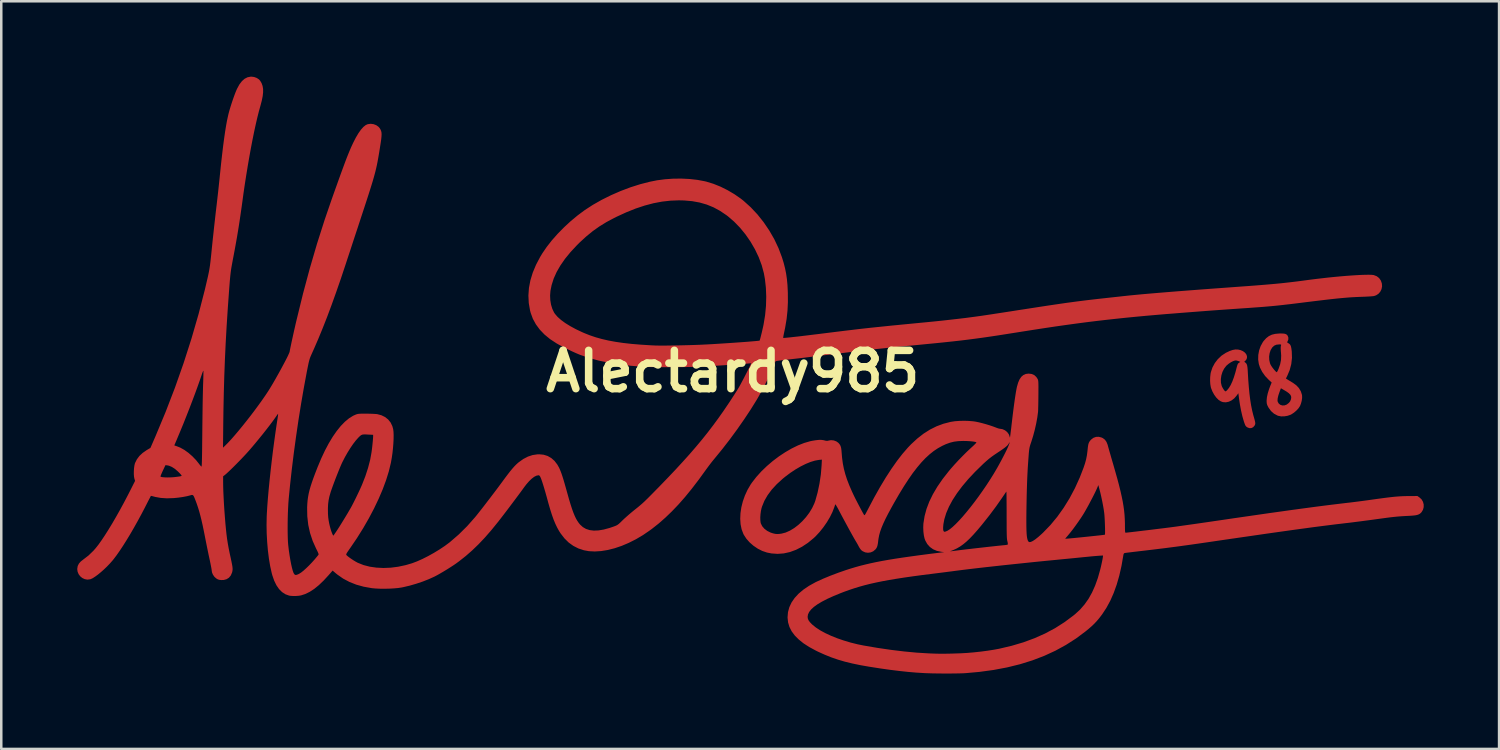
<source format=kicad_pcb>
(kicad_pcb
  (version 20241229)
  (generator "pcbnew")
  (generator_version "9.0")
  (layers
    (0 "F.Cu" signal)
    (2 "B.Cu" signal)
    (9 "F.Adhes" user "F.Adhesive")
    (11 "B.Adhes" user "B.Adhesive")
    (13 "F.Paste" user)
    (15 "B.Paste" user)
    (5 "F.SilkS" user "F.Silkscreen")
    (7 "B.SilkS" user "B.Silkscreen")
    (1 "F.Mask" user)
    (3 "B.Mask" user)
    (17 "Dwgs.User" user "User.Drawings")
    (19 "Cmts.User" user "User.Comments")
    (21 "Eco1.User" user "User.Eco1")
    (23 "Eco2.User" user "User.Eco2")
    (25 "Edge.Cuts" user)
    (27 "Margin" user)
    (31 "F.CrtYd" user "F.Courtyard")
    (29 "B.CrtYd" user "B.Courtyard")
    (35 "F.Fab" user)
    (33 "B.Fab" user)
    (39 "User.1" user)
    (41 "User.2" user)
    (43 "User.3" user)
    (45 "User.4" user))
  (footprint "Alectardy985"
    (layer "F.Cu")
    (at 26.107 11.726)
    (property "Reference" "Alectardy985" (at 0 0 0) (layer "F.SilkS") (effects (font (size 1.524 1.524) (thickness 0.3))))
    (attr board_only exclude_from_pos_files exclude_from_bom)
    (fp_poly (pts (xy 20.103 -0.867) (xy 20.205 -0.845) (xy 20.304 -0.803) (xy 20.382 -0.745) (xy 20.436 -0.677) (xy 20.464 -0.603) (xy 20.464 -0.529) (xy 20.433 -0.458) (xy 20.403 -0.424) (xy 20.355 -0.38) (xy 20.395 -0.352) (xy 20.429 -0.322) (xy 20.454 -0.283) (xy 20.472 -0.228) (xy 20.484 -0.151) (xy 20.493 -0.047) (xy 20.496 0.009) (xy 20.515 0.336) (xy 20.538 0.631) (xy 20.564 0.896) (xy 20.594 1.136) (xy 20.629 1.355) (xy 20.669 1.555) (xy 20.715 1.741) (xy 20.743 1.838) (xy 20.771 1.938) (xy 20.788 2.011) (xy 20.795 2.064) (xy 20.79 2.106) (xy 20.776 2.142) (xy 20.768 2.158) (xy 20.71 2.224) (xy 20.639 2.259) (xy 20.559 2.261) (xy 20.478 2.23) (xy 20.467 2.222) (xy 20.436 2.199) (xy 20.412 2.172) (xy 20.391 2.133) (xy 20.368 2.074) (xy 20.339 1.99) (xy 20.336 1.979) (xy 20.28 1.785) (xy 20.229 1.563) (xy 20.184 1.322) (xy 20.151 1.103) (xy 20.121 0.872) (xy 20.052 0.968) (xy 19.957 1.077) (xy 19.851 1.158) (xy 19.737 1.211) (xy 19.621 1.234) (xy 19.506 1.225) (xy 19.425 1.196) (xy 19.332 1.135) (xy 19.242 1.044) (xy 19.16 0.932) (xy 19.09 0.805) (xy 19.037 0.671) (xy 19.025 0.63) (xy 19.005 0.512) (xy 18.996 0.375) (xy 18.998 0.312) (xy 19.424 0.312) (xy 19.428 0.453) (xy 19.459 0.582) (xy 19.465 0.596) (xy 19.495 0.657) (xy 19.531 0.716) (xy 19.567 0.765) (xy 19.597 0.794) (xy 19.608 0.798) (xy 19.633 0.786) (xy 19.669 0.756) (xy 19.676 0.748) (xy 19.748 0.658) (xy 19.816 0.546) (xy 19.88 0.408) (xy 19.942 0.242) (xy 20.003 0.045) (xy 20.063 -0.185) (xy 20.063 -0.185) (xy 20.084 -0.257) (xy 20.105 -0.302) (xy 20.133 -0.332) (xy 20.147 -0.341) (xy 20.2 -0.375) (xy 20.127 -0.408) (xy 20.039 -0.432) (xy 19.988 -0.43) (xy 19.914 -0.406) (xy 19.828 -0.362) (xy 19.739 -0.303) (xy 19.658 -0.235) (xy 19.64 -0.218) (xy 19.555 -0.107) (xy 19.489 0.023) (xy 19.445 0.166) (xy 19.424 0.312) (xy 18.998 0.312) (xy 19 0.231) (xy 19.015 0.096) (xy 19.027 0.036) (xy 19.09 -0.152) (xy 19.185 -0.328) (xy 19.306 -0.486) (xy 19.45 -0.622) (xy 19.614 -0.731) (xy 19.631 -0.74) (xy 19.772 -0.807) (xy 19.892 -0.849) (xy 20.001 -0.869)) (stroke (width 0) (type solid)) (fill yes) (layer "F.Cu"))
    (fp_poly (pts (xy 21.904 -1.503) (xy 21.976 -1.493) (xy 22.026 -1.474) (xy 22.064 -1.442) (xy 22.086 -1.411) (xy 22.112 -1.337) (xy 22.107 -1.256) (xy 22.077 -1.187) (xy 22.064 -1.161) (xy 22.073 -1.142) (xy 22.107 -1.12) (xy 22.117 -1.115) (xy 22.159 -1.086) (xy 22.19 -1.048) (xy 22.213 -0.994) (xy 22.23 -0.917) (xy 22.244 -0.812) (xy 22.247 -0.783) (xy 22.255 -0.534) (xy 22.227 -0.288) (xy 22.164 -0.048) (xy 22.068 0.179) (xy 22.014 0.287) (xy 22.099 0.341) (xy 22.162 0.379) (xy 22.238 0.425) (xy 22.296 0.46) (xy 22.426 0.555) (xy 22.531 0.668) (xy 22.607 0.795) (xy 22.651 0.932) (xy 22.657 0.97) (xy 22.658 1.062) (xy 22.643 1.17) (xy 22.614 1.28) (xy 22.576 1.378) (xy 22.573 1.383) (xy 22.516 1.47) (xy 22.434 1.559) (xy 22.338 1.642) (xy 22.238 1.708) (xy 22.2 1.728) (xy 22.079 1.77) (xy 21.948 1.792) (xy 21.82 1.793) (xy 21.705 1.77) (xy 21.681 1.761) (xy 21.54 1.686) (xy 21.421 1.581) (xy 21.324 1.447) (xy 21.301 1.406) (xy 21.27 1.341) (xy 21.254 1.286) (xy 21.247 1.224) (xy 21.246 1.161) (xy 21.246 1.16) (xy 21.679 1.16) (xy 21.687 1.209) (xy 21.728 1.282) (xy 21.792 1.333) (xy 21.87 1.358) (xy 21.955 1.357) (xy 22.039 1.326) (xy 22.058 1.314) (xy 22.134 1.254) (xy 22.183 1.192) (xy 22.213 1.119) (xy 22.225 1.049) (xy 22.218 0.987) (xy 22.187 0.93) (xy 22.13 0.872) (xy 22.045 0.81) (xy 21.961 0.759) (xy 21.815 0.674) (xy 21.767 0.8) (xy 21.716 0.948) (xy 21.687 1.068) (xy 21.679 1.16) (xy 21.246 1.16) (xy 21.258 1.031) (xy 21.291 0.878) (xy 21.344 0.707) (xy 21.395 0.572) (xy 21.447 0.445) (xy 21.33 0.338) (xy 21.187 0.188) (xy 21.07 0.023) (xy 20.982 -0.15) (xy 20.936 -0.291) (xy 20.91 -0.467) (xy 20.913 -0.59) (xy 21.346 -0.59) (xy 21.351 -0.454) (xy 21.379 -0.325) (xy 21.405 -0.261) (xy 21.435 -0.211) (xy 21.476 -0.151) (xy 21.524 -0.089) (xy 21.571 -0.033) (xy 21.613 0.011) (xy 21.643 0.034) (xy 21.65 0.036) (xy 21.663 0.021) (xy 21.686 -0.021) (xy 21.713 -0.08) (xy 21.721 -0.099) (xy 21.784 -0.278) (xy 21.818 -0.448) (xy 21.825 -0.62) (xy 21.821 -0.689) (xy 21.812 -0.803) (xy 21.807 -0.887) (xy 21.807 -0.948) (xy 21.81 -0.991) (xy 21.817 -1.024) (xy 21.819 -1.03) (xy 21.825 -1.054) (xy 21.816 -1.066) (xy 21.784 -1.07) (xy 21.741 -1.07) (xy 21.634 -1.059) (xy 21.548 -1.021) (xy 21.474 -0.954) (xy 21.471 -0.95) (xy 21.407 -0.848) (xy 21.366 -0.724) (xy 21.346 -0.59) (xy 20.913 -0.59) (xy 20.914 -0.649) (xy 20.947 -0.831) (xy 21.008 -1.004) (xy 21.094 -1.16) (xy 21.13 -1.21) (xy 21.229 -1.319) (xy 21.335 -1.401) (xy 21.454 -1.458) (xy 21.592 -1.491) (xy 21.754 -1.505) (xy 21.804 -1.506)) (stroke (width 0) (type solid)) (fill yes) (layer "F.Cu"))
    (fp_poly (pts (xy 11.898 0.106) (xy 12 0.15) (xy 12.082 0.226) (xy 12.13 0.299) (xy 12.141 0.321) (xy 12.149 0.344) (xy 12.156 0.372) (xy 12.16 0.41) (xy 12.163 0.461) (xy 12.165 0.531) (xy 12.166 0.623) (xy 12.165 0.741) (xy 12.165 0.891) (xy 12.164 0.943) (xy 12.163 1.089) (xy 12.161 1.228) (xy 12.159 1.354) (xy 12.156 1.461) (xy 12.154 1.546) (xy 12.151 1.602) (xy 12.15 1.615) (xy 12.121 1.835) (xy 12.077 2.075) (xy 12.021 2.325) (xy 11.955 2.572) (xy 11.882 2.805) (xy 11.872 2.834) (xy 11.846 2.91) (xy 11.827 2.974) (xy 11.812 3.035) (xy 11.801 3.098) (xy 11.791 3.174) (xy 11.782 3.269) (xy 11.773 3.392) (xy 11.772 3.406) (xy 11.756 3.625) (xy 11.742 3.832) (xy 11.731 4.034) (xy 11.721 4.237) (xy 11.713 4.448) (xy 11.706 4.672) (xy 11.699 4.917) (xy 11.694 5.189) (xy 11.691 5.343) (xy 11.687 5.603) (xy 11.685 5.83) (xy 11.685 6.025) (xy 11.686 6.192) (xy 11.69 6.332) (xy 11.695 6.449) (xy 11.703 6.545) (xy 11.714 6.622) (xy 11.727 6.682) (xy 11.743 6.729) (xy 11.761 6.765) (xy 11.768 6.775) (xy 11.805 6.797) (xy 11.863 6.789) (xy 11.942 6.752) (xy 12.041 6.687) (xy 12.071 6.662) (xy 13.232 6.662) (xy 13.249 6.662) (xy 13.298 6.659) (xy 13.374 6.653) (xy 13.473 6.644) (xy 13.59 6.633) (xy 13.721 6.62) (xy 13.861 6.606) (xy 14.006 6.591) (xy 14.152 6.576) (xy 14.293 6.561) (xy 14.426 6.547) (xy 14.546 6.534) (xy 14.649 6.523) (xy 14.73 6.513) (xy 14.785 6.506) (xy 14.809 6.502) (xy 14.81 6.501) (xy 14.814 6.478) (xy 14.817 6.425) (xy 14.817 6.348) (xy 14.816 6.252) (xy 14.813 6.144) (xy 14.809 6.03) (xy 14.804 5.916) (xy 14.798 5.808) (xy 14.791 5.711) (xy 14.783 5.633) (xy 14.782 5.624) (xy 14.763 5.49) (xy 14.735 5.332) (xy 14.702 5.16) (xy 14.665 4.986) (xy 14.627 4.821) (xy 14.591 4.681) (xy 14.549 4.527) (xy 14.513 4.617) (xy 14.478 4.697) (xy 14.429 4.802) (xy 14.368 4.924) (xy 14.299 5.059) (xy 14.225 5.199) (xy 14.151 5.339) (xy 14.078 5.47) (xy 14.012 5.587) (xy 13.954 5.684) (xy 13.948 5.694) (xy 13.857 5.835) (xy 13.754 5.985) (xy 13.646 6.137) (xy 13.538 6.284) (xy 13.435 6.416) (xy 13.344 6.526) (xy 13.33 6.543) (xy 13.284 6.596) (xy 13.25 6.637) (xy 13.233 6.66) (xy 13.232 6.662) (xy 12.071 6.662) (xy 12.16 6.592) (xy 12.298 6.469) (xy 12.357 6.413) (xy 12.643 6.117) (xy 12.914 5.79) (xy 13.168 5.434) (xy 13.404 5.053) (xy 13.619 4.648) (xy 13.812 4.222) (xy 13.961 3.837) (xy 14.02 3.662) (xy 14.063 3.503) (xy 14.094 3.347) (xy 14.116 3.18) (xy 14.122 3.122) (xy 14.134 3.007) (xy 14.148 2.921) (xy 14.167 2.855) (xy 14.194 2.801) (xy 14.231 2.751) (xy 14.263 2.716) (xy 14.353 2.647) (xy 14.455 2.61) (xy 14.565 2.605) (xy 14.678 2.634) (xy 14.733 2.661) (xy 14.813 2.723) (xy 14.874 2.81) (xy 14.92 2.925) (xy 14.928 2.956) (xy 14.94 3.001) (xy 14.961 3.076) (xy 14.989 3.176) (xy 15.024 3.295) (xy 15.062 3.429) (xy 15.104 3.573) (xy 15.136 3.681) (xy 15.226 3.996) (xy 15.306 4.28) (xy 15.374 4.537) (xy 15.432 4.771) (xy 15.48 4.985) (xy 15.52 5.182) (xy 15.551 5.367) (xy 15.575 5.542) (xy 15.592 5.711) (xy 15.602 5.879) (xy 15.608 6.047) (xy 15.608 6.15) (xy 15.609 6.259) (xy 15.611 6.336) (xy 15.615 6.386) (xy 15.622 6.413) (xy 15.631 6.422) (xy 15.633 6.423) (xy 15.659 6.42) (xy 15.718 6.414) (xy 15.804 6.405) (xy 15.915 6.392) (xy 16.045 6.377) (xy 16.191 6.359) (xy 16.348 6.34) (xy 16.514 6.321) (xy 16.683 6.3) (xy 16.851 6.279) (xy 17.015 6.259) (xy 17.17 6.24) (xy 17.313 6.222) (xy 17.439 6.206) (xy 17.522 6.195) (xy 17.621 6.182) (xy 17.752 6.163) (xy 17.911 6.141) (xy 18.093 6.115) (xy 18.294 6.087) (xy 18.511 6.056) (xy 18.738 6.023) (xy 18.973 5.989) (xy 19.211 5.954) (xy 19.418 5.924) (xy 19.959 5.844) (xy 20.466 5.771) (xy 20.941 5.702) (xy 21.385 5.638) (xy 21.802 5.58) (xy 22.192 5.525) (xy 22.557 5.475) (xy 22.9 5.429) (xy 23.222 5.386) (xy 23.526 5.347) (xy 23.813 5.311) (xy 24.084 5.278) (xy 24.343 5.247) (xy 24.453 5.234) (xy 24.585 5.219) (xy 24.743 5.199) (xy 24.918 5.177) (xy 25.099 5.153) (xy 25.277 5.129) (xy 25.433 5.107) (xy 25.667 5.074) (xy 25.87 5.047) (xy 26.047 5.024) (xy 26.202 5.006) (xy 26.34 4.991) (xy 26.466 4.981) (xy 26.583 4.973) (xy 26.698 4.968) (xy 26.814 4.965) (xy 26.893 4.965) (xy 27.247 4.962) (xy 27.331 5.021) (xy 27.413 5.097) (xy 27.468 5.192) (xy 27.496 5.297) (xy 27.496 5.405) (xy 27.468 5.51) (xy 27.412 5.603) (xy 27.38 5.637) (xy 27.339 5.671) (xy 27.292 5.696) (xy 27.234 5.716) (xy 27.16 5.731) (xy 27.063 5.741) (xy 26.938 5.75) (xy 26.875 5.753) (xy 26.751 5.759) (xy 26.637 5.766) (xy 26.528 5.774) (xy 26.419 5.783) (xy 26.304 5.795) (xy 26.178 5.809) (xy 26.036 5.827) (xy 25.873 5.849) (xy 25.682 5.875) (xy 25.523 5.897) (xy 25.347 5.921) (xy 25.155 5.946) (xy 24.959 5.972) (xy 24.768 5.996) (xy 24.591 6.019) (xy 24.437 6.037) (xy 24.399 6.041) (xy 24.199 6.065) (xy 23.993 6.089) (xy 23.78 6.116) (xy 23.557 6.144) (xy 23.322 6.174) (xy 23.075 6.206) (xy 22.812 6.242) (xy 22.532 6.28) (xy 22.233 6.321) (xy 21.913 6.366) (xy 21.572 6.414) (xy 21.205 6.466) (xy 20.813 6.523) (xy 20.393 6.584) (xy 19.943 6.649) (xy 19.461 6.719) (xy 18.946 6.795) (xy 18.774 6.82) (xy 18.246 6.896) (xy 17.731 6.967) (xy 17.217 7.034) (xy 16.689 7.099) (xy 16.352 7.139) (xy 16.194 7.157) (xy 16.045 7.175) (xy 15.911 7.191) (xy 15.795 7.205) (xy 15.702 7.216) (xy 15.636 7.225) (xy 15.6 7.23) (xy 15.596 7.231) (xy 15.569 7.246) (xy 15.552 7.282) (xy 15.545 7.316) (xy 15.472 7.738) (xy 15.384 8.128) (xy 15.28 8.488) (xy 15.161 8.82) (xy 15.026 9.126) (xy 14.873 9.409) (xy 14.702 9.669) (xy 14.591 9.815) (xy 14.494 9.93) (xy 14.396 10.036) (xy 14.289 10.139) (xy 14.164 10.248) (xy 14.047 10.344) (xy 13.666 10.629) (xy 13.264 10.886) (xy 12.841 11.118) (xy 12.395 11.323) (xy 11.927 11.502) (xy 11.436 11.655) (xy 10.921 11.782) (xy 10.381 11.884) (xy 9.816 11.961) (xy 9.276 12.01) (xy 9.17 12.016) (xy 9.034 12.02) (xy 8.875 12.023) (xy 8.698 12.025) (xy 8.511 12.025) (xy 8.32 12.025) (xy 8.131 12.023) (xy 7.95 12.02) (xy 7.785 12.015) (xy 7.642 12.01) (xy 7.616 12.008) (xy 7.302 11.989) (xy 6.975 11.961) (xy 6.631 11.924) (xy 6.266 11.879) (xy 5.876 11.824) (xy 5.455 11.758) (xy 5.439 11.756) (xy 5.086 11.694) (xy 4.763 11.627) (xy 4.464 11.554) (xy 4.184 11.472) (xy 3.917 11.38) (xy 3.657 11.275) (xy 3.398 11.158) (xy 3.307 11.113) (xy 3.045 10.971) (xy 2.817 10.824) (xy 2.626 10.67) (xy 2.469 10.512) (xy 2.346 10.346) (xy 2.258 10.174) (xy 2.204 9.995) (xy 2.183 9.808) (xy 2.183 9.784) (xy 2.184 9.771) (xy 2.981 9.771) (xy 2.99 9.84) (xy 3.018 9.908) (xy 3.07 9.98) (xy 3.149 10.062) (xy 3.169 10.081) (xy 3.31 10.195) (xy 3.483 10.308) (xy 3.685 10.418) (xy 3.911 10.523) (xy 4.157 10.622) (xy 4.419 10.712) (xy 4.693 10.794) (xy 4.975 10.864) (xy 5.212 10.912) (xy 5.764 11.006) (xy 6.303 11.085) (xy 6.824 11.148) (xy 7.323 11.195) (xy 7.796 11.224) (xy 7.916 11.229) (xy 8.057 11.234) (xy 8.185 11.237) (xy 8.308 11.238) (xy 8.432 11.238) (xy 8.564 11.236) (xy 8.712 11.233) (xy 8.882 11.227) (xy 9.068 11.221) (xy 9.32 11.207) (xy 9.59 11.184) (xy 9.868 11.154) (xy 10.142 11.118) (xy 10.401 11.077) (xy 10.61 11.038) (xy 11.105 10.921) (xy 11.573 10.782) (xy 12.014 10.619) (xy 12.431 10.433) (xy 12.826 10.222) (xy 13.198 9.985) (xy 13.551 9.723) (xy 13.633 9.656) (xy 13.828 9.476) (xy 14.002 9.275) (xy 14.159 9.052) (xy 14.298 8.804) (xy 14.421 8.529) (xy 14.53 8.225) (xy 14.625 7.888) (xy 14.626 7.883) (xy 14.653 7.774) (xy 14.677 7.664) (xy 14.699 7.561) (xy 14.717 7.47) (xy 14.729 7.397) (xy 14.735 7.349) (xy 14.734 7.332) (xy 14.715 7.331) (xy 14.665 7.333) (xy 14.587 7.338) (xy 14.486 7.346) (xy 14.366 7.356) (xy 14.231 7.368) (xy 14.148 7.377) (xy 13.982 7.393) (xy 13.791 7.412) (xy 13.583 7.433) (xy 13.369 7.454) (xy 13.159 7.474) (xy 12.963 7.493) (xy 12.887 7.501) (xy 12.453 7.543) (xy 12.023 7.586) (xy 11.601 7.63) (xy 11.189 7.673) (xy 10.79 7.715) (xy 10.408 7.757) (xy 10.046 7.797) (xy 9.707 7.836) (xy 9.393 7.873) (xy 9.109 7.908) (xy 8.858 7.94) (xy 8.805 7.947) (xy 8.719 7.959) (xy 8.605 7.973) (xy 8.468 7.991) (xy 8.318 8.01) (xy 8.159 8.03) (xy 8 8.05) (xy 7.952 8.056) (xy 7.546 8.107) (xy 7.174 8.157) (xy 6.832 8.206) (xy 6.517 8.255) (xy 6.227 8.303) (xy 5.958 8.353) (xy 5.708 8.404) (xy 5.474 8.456) (xy 5.252 8.512) (xy 5.04 8.571) (xy 4.835 8.634) (xy 4.634 8.701) (xy 4.434 8.773) (xy 4.292 8.828) (xy 4.009 8.944) (xy 3.762 9.056) (xy 3.55 9.166) (xy 3.372 9.272) (xy 3.229 9.376) (xy 3.118 9.478) (xy 3.04 9.579) (xy 2.995 9.678) (xy 2.981 9.771) (xy 2.184 9.771) (xy 2.2 9.581) (xy 2.253 9.386) (xy 2.341 9.199) (xy 2.464 9.02) (xy 2.621 8.849) (xy 2.812 8.688) (xy 3.036 8.536) (xy 3.294 8.393) (xy 3.353 8.365) (xy 3.609 8.248) (xy 3.894 8.131) (xy 4.201 8.015) (xy 4.503 7.91) (xy 4.691 7.85) (xy 4.88 7.793) (xy 5.073 7.739) (xy 5.273 7.689) (xy 5.482 7.64) (xy 5.703 7.593) (xy 5.939 7.547) (xy 6.192 7.502) (xy 6.466 7.457) (xy 6.763 7.412) (xy 7.086 7.366) (xy 7.437 7.318) (xy 7.82 7.268) (xy 8.152 7.227) (xy 8.415 7.195) (xy 8.294 7.181) (xy 8.202 7.161) (xy 8.655 7.161) (xy 8.665 7.163) (xy 8.702 7.158) (xy 8.705 7.158) (xy 8.748 7.153) (xy 8.819 7.144) (xy 8.909 7.132) (xy 9.011 7.119) (xy 9.068 7.112) (xy 9.168 7.1) (xy 9.293 7.085) (xy 9.437 7.069) (xy 9.594 7.05) (xy 9.76 7.031) (xy 9.93 7.012) (xy 10.098 6.993) (xy 10.26 6.975) (xy 10.411 6.959) (xy 10.544 6.944) (xy 10.656 6.933) (xy 10.74 6.924) (xy 10.785 6.92) (xy 10.854 6.913) (xy 10.909 6.905) (xy 10.94 6.897) (xy 10.942 6.896) (xy 10.949 6.871) (xy 10.942 6.814) (xy 10.931 6.767) (xy 10.924 6.737) (xy 10.918 6.701) (xy 10.913 6.658) (xy 10.909 6.602) (xy 10.906 6.532) (xy 10.904 6.444) (xy 10.902 6.335) (xy 10.901 6.201) (xy 10.901 6.04) (xy 10.9 5.847) (xy 10.9 5.711) (xy 10.9 5.531) (xy 10.899 5.363) (xy 10.898 5.21) (xy 10.897 5.075) (xy 10.896 4.962) (xy 10.894 4.874) (xy 10.892 4.815) (xy 10.89 4.788) (xy 10.889 4.786) (xy 10.875 4.805) (xy 10.845 4.848) (xy 10.802 4.912) (xy 10.749 4.99) (xy 10.7 5.062) (xy 10.474 5.384) (xy 10.22 5.724) (xy 9.939 6.078) (xy 9.904 6.121) (xy 9.732 6.326) (xy 9.576 6.502) (xy 9.433 6.652) (xy 9.299 6.779) (xy 9.171 6.885) (xy 9.046 6.973) (xy 8.921 7.046) (xy 8.793 7.106) (xy 8.728 7.132) (xy 8.675 7.152) (xy 8.655 7.161) (xy 8.202 7.161) (xy 8.124 7.145) (xy 7.974 7.081) (xy 7.846 6.989) (xy 7.741 6.872) (xy 7.663 6.732) (xy 7.633 6.649) (xy 7.606 6.526) (xy 7.588 6.38) (xy 7.582 6.225) (xy 7.582 6.207) (xy 8.373 6.207) (xy 8.374 6.297) (xy 8.387 6.355) (xy 8.413 6.383) (xy 8.429 6.385) (xy 8.469 6.377) (xy 8.523 6.355) (xy 8.545 6.345) (xy 8.639 6.285) (xy 8.748 6.196) (xy 8.872 6.08) (xy 9.007 5.941) (xy 9.152 5.781) (xy 9.304 5.601) (xy 9.462 5.406) (xy 9.624 5.197) (xy 9.787 4.977) (xy 9.949 4.748) (xy 10.109 4.514) (xy 10.263 4.276) (xy 10.369 4.106) (xy 10.448 3.974) (xy 10.53 3.833) (xy 10.611 3.687) (xy 10.69 3.541) (xy 10.765 3.398) (xy 10.835 3.262) (xy 10.896 3.138) (xy 10.946 3.029) (xy 10.985 2.939) (xy 11.009 2.872) (xy 11.017 2.834) (xy 11.011 2.827) (xy 10.997 2.849) (xy 10.993 2.858) (xy 10.971 2.899) (xy 10.938 2.941) (xy 10.89 2.987) (xy 10.825 3.04) (xy 10.738 3.103) (xy 10.625 3.18) (xy 10.536 3.239) (xy 10.406 3.326) (xy 10.295 3.405) (xy 10.194 3.484) (xy 10.092 3.571) (xy 9.977 3.675) (xy 9.951 3.7) (xy 9.646 3.998) (xy 9.373 4.289) (xy 9.132 4.575) (xy 8.923 4.854) (xy 8.747 5.125) (xy 8.605 5.388) (xy 8.496 5.642) (xy 8.421 5.887) (xy 8.384 6.083) (xy 8.373 6.207) (xy 7.582 6.207) (xy 7.587 6.075) (xy 7.59 6.046) (xy 7.635 5.762) (xy 7.712 5.476) (xy 7.822 5.186) (xy 7.966 4.891) (xy 8.143 4.591) (xy 8.354 4.285) (xy 8.6 3.971) (xy 8.684 3.871) (xy 8.826 3.71) (xy 8.984 3.539) (xy 9.15 3.368) (xy 9.314 3.205) (xy 9.469 3.059) (xy 9.51 3.022) (xy 9.58 2.958) (xy 9.637 2.902) (xy 9.678 2.859) (xy 9.698 2.833) (xy 9.698 2.828) (xy 9.666 2.813) (xy 9.603 2.799) (xy 9.517 2.788) (xy 9.413 2.779) (xy 9.297 2.773) (xy 9.175 2.771) (xy 9.168 2.771) (xy 8.976 2.778) (xy 8.806 2.8) (xy 8.646 2.84) (xy 8.483 2.899) (xy 8.338 2.966) (xy 8.169 3.059) (xy 8.002 3.17) (xy 7.837 3.301) (xy 7.672 3.452) (xy 7.507 3.626) (xy 7.34 3.824) (xy 7.168 4.047) (xy 6.993 4.298) (xy 6.811 4.578) (xy 6.621 4.889) (xy 6.423 5.231) (xy 6.31 5.434) (xy 6.184 5.667) (xy 6.078 5.875) (xy 5.991 6.06) (xy 5.921 6.228) (xy 5.867 6.38) (xy 5.828 6.521) (xy 5.802 6.654) (xy 5.792 6.726) (xy 5.779 6.838) (xy 5.763 6.922) (xy 5.744 6.985) (xy 5.719 7.036) (xy 5.684 7.082) (xy 5.678 7.089) (xy 5.591 7.162) (xy 5.49 7.206) (xy 5.381 7.22) (xy 5.273 7.205) (xy 5.172 7.159) (xy 5.115 7.116) (xy 5.078 7.071) (xy 5.038 7.01) (xy 5.014 6.967) (xy 4.975 6.893) (xy 4.929 6.813) (xy 4.901 6.767) (xy 4.874 6.722) (xy 4.832 6.649) (xy 4.778 6.553) (xy 4.714 6.438) (xy 4.643 6.31) (xy 4.568 6.172) (xy 4.491 6.03) (xy 4.414 5.887) (xy 4.34 5.749) (xy 4.271 5.619) (xy 4.223 5.527) (xy 4.178 5.443) (xy 4.138 5.372) (xy 4.107 5.321) (xy 4.088 5.294) (xy 4.083 5.291) (xy 4.073 5.316) (xy 4.057 5.364) (xy 4.043 5.407) (xy 3.969 5.598) (xy 3.869 5.801) (xy 3.747 6.006) (xy 3.608 6.206) (xy 3.457 6.395) (xy 3.299 6.565) (xy 3.229 6.631) (xy 2.996 6.823) (xy 2.759 6.98) (xy 2.519 7.103) (xy 2.276 7.192) (xy 2.031 7.246) (xy 1.787 7.264) (xy 1.543 7.247) (xy 1.362 7.211) (xy 1.177 7.148) (xy 0.997 7.057) (xy 0.827 6.942) (xy 0.674 6.809) (xy 0.544 6.662) (xy 0.443 6.507) (xy 0.422 6.466) (xy 0.354 6.285) (xy 0.313 6.084) (xy 0.299 5.869) (xy 0.302 5.804) (xy 1.097 5.804) (xy 1.099 5.92) (xy 1.11 6.016) (xy 1.12 6.055) (xy 1.175 6.165) (xy 1.26 6.264) (xy 1.372 6.349) (xy 1.506 6.416) (xy 1.604 6.448) (xy 1.692 6.468) (xy 1.774 6.475) (xy 1.864 6.469) (xy 1.945 6.458) (xy 2.109 6.415) (xy 2.277 6.34) (xy 2.446 6.238) (xy 2.611 6.112) (xy 2.769 5.966) (xy 2.916 5.803) (xy 3.047 5.629) (xy 3.159 5.445) (xy 3.248 5.257) (xy 3.286 5.153) (xy 3.379 4.819) (xy 3.453 4.466) (xy 3.507 4.106) (xy 3.536 3.757) (xy 3.549 3.514) (xy 3.433 3.525) (xy 3.274 3.553) (xy 3.096 3.607) (xy 2.905 3.685) (xy 2.704 3.785) (xy 2.498 3.905) (xy 2.291 4.042) (xy 2.088 4.195) (xy 1.992 4.273) (xy 1.755 4.489) (xy 1.554 4.707) (xy 1.389 4.929) (xy 1.26 5.153) (xy 1.167 5.381) (xy 1.148 5.443) (xy 1.123 5.556) (xy 1.106 5.68) (xy 1.097 5.804) (xy 0.302 5.804) (xy 0.309 5.642) (xy 0.344 5.41) (xy 0.403 5.175) (xy 0.485 4.943) (xy 0.589 4.717) (xy 0.715 4.502) (xy 0.767 4.427) (xy 0.942 4.201) (xy 1.141 3.981) (xy 1.36 3.77) (xy 1.593 3.571) (xy 1.838 3.386) (xy 2.09 3.219) (xy 2.344 3.072) (xy 2.597 2.948) (xy 2.844 2.851) (xy 3.082 2.782) (xy 3.153 2.767) (xy 3.304 2.742) (xy 3.427 2.729) (xy 3.527 2.729) (xy 3.613 2.74) (xy 3.644 2.748) (xy 3.714 2.765) (xy 3.765 2.767) (xy 3.802 2.759) (xy 3.91 2.739) (xy 4.022 2.75) (xy 4.127 2.79) (xy 4.203 2.845) (xy 4.254 2.903) (xy 4.29 2.967) (xy 4.314 3.047) (xy 4.328 3.151) (xy 4.332 3.203) (xy 4.352 3.44) (xy 4.381 3.661) (xy 4.423 3.874) (xy 4.478 4.085) (xy 4.548 4.302) (xy 4.636 4.53) (xy 4.743 4.777) (xy 4.804 4.908) (xy 4.842 4.987) (xy 4.891 5.086) (xy 4.948 5.196) (xy 5.008 5.312) (xy 5.068 5.425) (xy 5.124 5.531) (xy 5.173 5.62) (xy 5.211 5.688) (xy 5.224 5.71) (xy 5.234 5.722) (xy 5.244 5.724) (xy 5.258 5.713) (xy 5.278 5.684) (xy 5.307 5.633) (xy 5.347 5.557) (xy 5.4 5.456) (xy 5.633 5.014) (xy 5.864 4.604) (xy 6.092 4.225) (xy 6.317 3.879) (xy 6.538 3.565) (xy 6.754 3.286) (xy 6.966 3.041) (xy 7.098 2.903) (xy 7.346 2.674) (xy 7.596 2.479) (xy 7.851 2.318) (xy 8.113 2.187) (xy 8.386 2.086) (xy 8.673 2.012) (xy 8.686 2.01) (xy 8.842 1.986) (xy 9.02 1.973) (xy 9.209 1.968) (xy 9.396 1.974) (xy 9.57 1.989) (xy 9.666 2.003) (xy 9.792 2.029) (xy 9.936 2.065) (xy 10.087 2.107) (xy 10.234 2.152) (xy 10.366 2.197) (xy 10.454 2.23) (xy 10.524 2.257) (xy 10.587 2.277) (xy 10.63 2.286) (xy 10.635 2.286) (xy 10.738 2.303) (xy 10.836 2.348) (xy 10.92 2.415) (xy 10.983 2.499) (xy 11.007 2.556) (xy 11.032 2.64) (xy 11.042 2.576) (xy 11.047 2.542) (xy 11.055 2.476) (xy 11.066 2.386) (xy 11.08 2.276) (xy 11.094 2.152) (xy 11.109 2.023) (xy 11.137 1.787) (xy 11.165 1.56) (xy 11.193 1.347) (xy 11.22 1.151) (xy 11.246 0.976) (xy 11.27 0.825) (xy 11.292 0.704) (xy 11.31 0.617) (xy 11.358 0.45) (xy 11.416 0.318) (xy 11.485 0.217) (xy 11.567 0.147) (xy 11.663 0.105) (xy 11.774 0.091) (xy 11.776 0.091)) (stroke (width 0) (type solid)) (fill yes) (layer "F.Cu"))
    (fp_poly (pts (xy -19.044 -11.712) (xy -18.94 -11.674) (xy -18.852 -11.616) (xy -18.803 -11.561) (xy -18.746 -11.463) (xy -18.708 -11.356) (xy -18.688 -11.237) (xy -18.687 -11.102) (xy -18.704 -10.948) (xy -18.74 -10.77) (xy -18.794 -10.565) (xy -18.801 -10.54) (xy -18.858 -10.334) (xy -18.918 -10.095) (xy -18.98 -9.827) (xy -19.044 -9.534) (xy -19.108 -9.219) (xy -19.172 -8.886) (xy -19.235 -8.538) (xy -19.297 -8.179) (xy -19.357 -7.813) (xy -19.415 -7.443) (xy -19.469 -7.073) (xy -19.498 -6.858) (xy -19.539 -6.559) (xy -19.578 -6.289) (xy -19.614 -6.04) (xy -19.65 -5.806) (xy -19.687 -5.577) (xy -19.725 -5.348) (xy -19.767 -5.111) (xy -19.813 -4.858) (xy -19.865 -4.582) (xy -19.888 -4.463) (xy -19.913 -4.329) (xy -19.934 -4.214) (xy -19.952 -4.111) (xy -19.967 -4.015) (xy -19.979 -3.919) (xy -19.991 -3.817) (xy -20.002 -3.704) (xy -20.014 -3.573) (xy -20.026 -3.419) (xy -20.04 -3.235) (xy -20.041 -3.22) (xy -20.093 -2.499) (xy -20.138 -1.805) (xy -20.176 -1.13) (xy -20.207 -0.468) (xy -20.232 0.189) (xy -20.251 0.851) (xy -20.265 1.524) (xy -20.272 2.014) (xy -20.283 3.039) (xy -20.188 2.948) (xy -20.079 2.838) (xy -19.953 2.702) (xy -19.814 2.543) (xy -19.665 2.367) (xy -19.508 2.176) (xy -19.347 1.974) (xy -19.185 1.767) (xy -19.026 1.557) (xy -18.873 1.35) (xy -18.728 1.148) (xy -18.595 0.956) (xy -18.496 0.807) (xy -18.433 0.708) (xy -18.362 0.591) (xy -18.285 0.461) (xy -18.204 0.321) (xy -18.122 0.175) (xy -18.039 0.027) (xy -17.959 -0.12) (xy -17.883 -0.262) (xy -17.813 -0.394) (xy -17.751 -0.514) (xy -17.7 -0.617) (xy -17.662 -0.701) (xy -17.637 -0.76) (xy -17.629 -0.79) (xy -17.625 -0.817) (xy -17.614 -0.875) (xy -17.597 -0.96) (xy -17.574 -1.068) (xy -17.548 -1.193) (xy -17.517 -1.331) (xy -17.485 -1.479) (xy -17.451 -1.631) (xy -17.416 -1.784) (xy -17.382 -1.933) (xy -17.354 -2.05) (xy -17.1 -3.087) (xy -16.83 -4.093) (xy -16.544 -5.07) (xy -16.241 -6.021) (xy -15.971 -6.808) (xy -15.863 -7.113) (xy -15.765 -7.386) (xy -15.678 -7.63) (xy -15.6 -7.846) (xy -15.53 -8.038) (xy -15.467 -8.208) (xy -15.411 -8.359) (xy -15.36 -8.492) (xy -15.313 -8.61) (xy -15.27 -8.716) (xy -15.23 -8.812) (xy -15.192 -8.901) (xy -15.154 -8.984) (xy -15.116 -9.065) (xy -15.106 -9.087) (xy -14.999 -9.297) (xy -14.895 -9.473) (xy -14.794 -9.616) (xy -14.696 -9.725) (xy -14.603 -9.799) (xy -14.521 -9.835) (xy -14.406 -9.85) (xy -14.291 -9.835) (xy -14.184 -9.794) (xy -14.094 -9.73) (xy -14.045 -9.672) (xy -14.014 -9.619) (xy -13.991 -9.565) (xy -13.977 -9.505) (xy -13.972 -9.434) (xy -13.976 -9.346) (xy -13.987 -9.236) (xy -14.007 -9.098) (xy -14.017 -9.034) (xy -14.044 -8.861) (xy -14.069 -8.706) (xy -14.093 -8.564) (xy -14.116 -8.433) (xy -14.139 -8.309) (xy -14.163 -8.19) (xy -14.19 -8.072) (xy -14.219 -7.951) (xy -14.252 -7.826) (xy -14.289 -7.693) (xy -14.331 -7.548) (xy -14.38 -7.389) (xy -14.435 -7.212) (xy -14.498 -7.015) (xy -14.57 -6.793) (xy -14.651 -6.545) (xy -14.742 -6.267) (xy -14.784 -6.141) (xy -14.856 -5.92) (xy -14.933 -5.685) (xy -15.013 -5.445) (xy -15.092 -5.204) (xy -15.169 -4.969) (xy -15.242 -4.746) (xy -15.31 -4.541) (xy -15.369 -4.361) (xy -15.398 -4.273) (xy -15.59 -3.696) (xy -15.778 -3.154) (xy -15.961 -2.644) (xy -16.14 -2.164) (xy -16.317 -1.714) (xy -16.491 -1.291) (xy -16.663 -0.894) (xy -16.743 -0.717) (xy -16.774 -0.647) (xy -16.8 -0.587) (xy -16.822 -0.531) (xy -16.84 -0.473) (xy -16.858 -0.409) (xy -16.877 -0.331) (xy -16.897 -0.234) (xy -16.922 -0.113) (xy -16.951 0.036) (xy -17.066 0.655) (xy -17.177 1.298) (xy -17.282 1.955) (xy -17.379 2.618) (xy -17.469 3.28) (xy -17.549 3.931) (xy -17.619 4.563) (xy -17.669 5.08) (xy -17.682 5.248) (xy -17.692 5.436) (xy -17.701 5.638) (xy -17.707 5.847) (xy -17.71 6.057) (xy -17.711 6.263) (xy -17.709 6.458) (xy -17.705 6.636) (xy -17.698 6.79) (xy -17.688 6.916) (xy -17.686 6.931) (xy -17.662 7.134) (xy -17.633 7.329) (xy -17.603 7.511) (xy -17.571 7.676) (xy -17.539 7.818) (xy -17.507 7.935) (xy -17.477 8.02) (xy -17.472 8.03) (xy -17.442 8.078) (xy -17.407 8.102) (xy -17.359 8.101) (xy -17.292 8.076) (xy -17.245 8.052) (xy -17.17 8.004) (xy -17.078 7.931) (xy -16.974 7.837) (xy -16.862 7.729) (xy -16.747 7.609) (xy -16.634 7.483) (xy -16.527 7.355) (xy -16.489 7.308) (xy -16.481 7.291) (xy -16.481 7.268) (xy -16.493 7.232) (xy -16.517 7.177) (xy -16.555 7.099) (xy -16.574 7.063) (xy -16.714 6.751) (xy -16.819 6.434) (xy -16.891 6.108) (xy -16.929 5.771) (xy -16.934 5.506) (xy -16.108 5.506) (xy -16.106 5.667) (xy -16.097 5.806) (xy -16.079 5.938) (xy -16.052 6.078) (xy -16.03 6.169) (xy -16.006 6.259) (xy -15.979 6.347) (xy -15.951 6.424) (xy -15.925 6.486) (xy -15.904 6.526) (xy -15.889 6.538) (xy -15.888 6.537) (xy -15.873 6.517) (xy -15.843 6.473) (xy -15.8 6.41) (xy -15.75 6.335) (xy -15.73 6.305) (xy -15.667 6.208) (xy -15.592 6.088) (xy -15.508 5.952) (xy -15.421 5.809) (xy -15.335 5.667) (xy -15.257 5.533) (xy -15.194 5.425) (xy -15.149 5.342) (xy -15.094 5.235) (xy -15.031 5.11) (xy -14.965 4.975) (xy -14.9 4.839) (xy -14.839 4.71) (xy -14.787 4.594) (xy -14.757 4.527) (xy -14.621 4.181) (xy -14.511 3.844) (xy -14.427 3.521) (xy -14.374 3.229) (xy -14.36 3.126) (xy -14.346 3.012) (xy -14.334 2.895) (xy -14.323 2.784) (xy -14.315 2.687) (xy -14.31 2.613) (xy -14.309 2.584) (xy -14.309 2.527) (xy -14.522 2.516) (xy -14.62 2.511) (xy -14.692 2.512) (xy -14.745 2.521) (xy -14.79 2.542) (xy -14.834 2.577) (xy -14.888 2.629) (xy -14.905 2.647) (xy -15.002 2.757) (xy -15.108 2.895) (xy -15.217 3.055) (xy -15.325 3.229) (xy -15.43 3.413) (xy -15.525 3.598) (xy -15.551 3.651) (xy -15.589 3.737) (xy -15.637 3.85) (xy -15.691 3.983) (xy -15.749 4.129) (xy -15.808 4.28) (xy -15.865 4.43) (xy -15.917 4.571) (xy -15.961 4.695) (xy -15.996 4.796) (xy -16.002 4.817) (xy -16.05 4.983) (xy -16.081 5.132) (xy -16.1 5.279) (xy -16.108 5.442) (xy -16.108 5.506) (xy -16.934 5.506) (xy -16.935 5.42) (xy -16.935 5.412) (xy -16.928 5.27) (xy -16.917 5.136) (xy -16.899 5.005) (xy -16.875 4.873) (xy -16.842 4.734) (xy -16.8 4.586) (xy -16.747 4.423) (xy -16.683 4.24) (xy -16.605 4.033) (xy -16.518 3.81) (xy -16.375 3.469) (xy -16.227 3.153) (xy -16.074 2.865) (xy -15.917 2.604) (xy -15.757 2.374) (xy -15.595 2.173) (xy -15.431 2.005) (xy -15.267 1.869) (xy -15.104 1.768) (xy -15.004 1.723) (xy -14.963 1.708) (xy -14.923 1.698) (xy -14.878 1.691) (xy -14.82 1.687) (xy -14.742 1.685) (xy -14.639 1.685) (xy -14.572 1.685) (xy -14.459 1.687) (xy -14.35 1.69) (xy -14.255 1.695) (xy -14.182 1.7) (xy -14.146 1.704) (xy -13.98 1.748) (xy -13.835 1.819) (xy -13.712 1.916) (xy -13.614 2.037) (xy -13.545 2.179) (xy -13.511 2.302) (xy -13.498 2.408) (xy -13.493 2.543) (xy -13.495 2.701) (xy -13.504 2.876) (xy -13.519 3.06) (xy -13.539 3.249) (xy -13.566 3.435) (xy -13.597 3.612) (xy -13.604 3.647) (xy -13.684 3.979) (xy -13.793 4.33) (xy -13.928 4.695) (xy -14.089 5.072) (xy -14.273 5.458) (xy -14.479 5.849) (xy -14.705 6.242) (xy -14.951 6.635) (xy -15.215 7.024) (xy -15.233 7.049) (xy -15.296 7.14) (xy -15.34 7.205) (xy -15.367 7.251) (xy -15.379 7.281) (xy -15.379 7.301) (xy -15.375 7.309) (xy -15.336 7.346) (xy -15.273 7.396) (xy -15.195 7.452) (xy -15.108 7.51) (xy -15.022 7.563) (xy -14.943 7.607) (xy -14.917 7.62) (xy -14.691 7.71) (xy -14.443 7.774) (xy -14.177 7.812) (xy -13.897 7.826) (xy -13.608 7.814) (xy -13.313 7.776) (xy -13.017 7.713) (xy -12.761 7.638) (xy -12.562 7.563) (xy -12.345 7.466) (xy -12.119 7.352) (xy -11.891 7.225) (xy -11.669 7.09) (xy -11.46 6.951) (xy -11.273 6.812) (xy -11.252 6.795) (xy -10.901 6.492) (xy -10.568 6.162) (xy -10.253 5.806) (xy -10.185 5.723) (xy -10.1 5.615) (xy -10 5.489) (xy -9.89 5.347) (xy -9.774 5.196) (xy -9.654 5.04) (xy -9.536 4.884) (xy -9.421 4.733) (xy -9.315 4.591) (xy -9.221 4.464) (xy -9.187 4.418) (xy -9.059 4.244) (xy -8.948 4.097) (xy -8.852 3.973) (xy -8.767 3.871) (xy -8.691 3.785) (xy -8.622 3.714) (xy -8.556 3.653) (xy -8.514 3.618) (xy -8.331 3.488) (xy -8.148 3.393) (xy -7.962 3.332) (xy -7.771 3.304) (xy -7.696 3.302) (xy -7.523 3.319) (xy -7.364 3.369) (xy -7.219 3.452) (xy -7.09 3.566) (xy -6.979 3.711) (xy -6.909 3.836) (xy -6.877 3.906) (xy -6.845 3.985) (xy -6.811 4.076) (xy -6.775 4.183) (xy -6.735 4.31) (xy -6.691 4.461) (xy -6.64 4.64) (xy -6.583 4.844) (xy -6.516 5.083) (xy -6.454 5.29) (xy -6.397 5.467) (xy -6.342 5.619) (xy -6.289 5.748) (xy -6.237 5.858) (xy -6.183 5.952) (xy -6.127 6.033) (xy -6.074 6.098) (xy -5.963 6.199) (xy -5.836 6.273) (xy -5.69 6.319) (xy -5.525 6.339) (xy -5.339 6.331) (xy -5.132 6.296) (xy -4.902 6.234) (xy -4.742 6.179) (xy -4.674 6.154) (xy -4.621 6.131) (xy -4.576 6.104) (xy -4.53 6.069) (xy -4.476 6.02) (xy -4.406 5.951) (xy -4.394 5.939) (xy -4.317 5.866) (xy -4.22 5.779) (xy -4.114 5.686) (xy -4.007 5.596) (xy -3.941 5.542) (xy -3.851 5.47) (xy -3.773 5.408) (xy -3.704 5.35) (xy -3.639 5.295) (xy -3.576 5.239) (xy -3.511 5.179) (xy -3.441 5.111) (xy -3.361 5.033) (xy -3.269 4.94) (xy -3.16 4.83) (xy -3.033 4.7) (xy -2.935 4.601) (xy -2.596 4.25) (xy -2.281 3.918) (xy -1.99 3.602) (xy -1.718 3.3) (xy -1.465 3.007) (xy -1.225 2.72) (xy -0.998 2.436) (xy -0.78 2.151) (xy -0.569 1.864) (xy -0.361 1.569) (xy -0.155 1.264) (xy -0.081 1.152) (xy -0.009 1.041) (xy 0.064 0.928) (xy 0.132 0.822) (xy 0.19 0.729) (xy 0.234 0.658) (xy 0.242 0.644) (xy 0.274 0.588) (xy 0.316 0.511) (xy 0.365 0.418) (xy 0.42 0.315) (xy 0.477 0.205) (xy 0.534 0.095) (xy 0.588 -0.012) (xy 0.637 -0.109) (xy 0.678 -0.193) (xy 0.709 -0.258) (xy 0.727 -0.299) (xy 0.731 -0.311) (xy 0.716 -0.32) (xy 0.69 -0.318) (xy 0.661 -0.314) (xy 0.599 -0.309) (xy 0.509 -0.301) (xy 0.395 -0.293) (xy 0.26 -0.283) (xy 0.108 -0.272) (xy -0.056 -0.261) (xy -0.228 -0.25) (xy -0.406 -0.238) (xy -0.584 -0.227) (xy -0.759 -0.216) (xy -0.926 -0.206) (xy -1.083 -0.197) (xy -1.201 -0.191) (xy -1.361 -0.183) (xy -1.546 -0.177) (xy -1.75 -0.172) (xy -1.968 -0.168) (xy -2.194 -0.166) (xy -2.424 -0.164) (xy -2.65 -0.164) (xy -2.869 -0.165) (xy -3.074 -0.167) (xy -3.26 -0.17) (xy -3.422 -0.175) (xy -3.553 -0.181) (xy -3.569 -0.182) (xy -4.06 -0.221) (xy -4.518 -0.276) (xy -4.946 -0.345) (xy -5.344 -0.43) (xy -5.712 -0.531) (xy -6.052 -0.648) (xy -6.109 -0.67) (xy -6.239 -0.725) (xy -6.39 -0.793) (xy -6.55 -0.87) (xy -6.71 -0.95) (xy -6.859 -1.028) (xy -6.987 -1.099) (xy -7.016 -1.116) (xy -7.27 -1.283) (xy -7.491 -1.465) (xy -7.678 -1.66) (xy -7.832 -1.869) (xy -7.953 -2.091) (xy -8.04 -2.328) (xy -8.065 -2.424) (xy -8.116 -2.717) (xy -8.13 -3.015) (xy -8.13 -3.018) (xy -7.267 -3.018) (xy -7.259 -2.832) (xy -7.229 -2.652) (xy -7.179 -2.487) (xy -7.11 -2.342) (xy -7.073 -2.286) (xy -6.97 -2.167) (xy -6.833 -2.045) (xy -6.664 -1.921) (xy -6.465 -1.798) (xy -6.238 -1.675) (xy -5.984 -1.555) (xy -5.909 -1.522) (xy -5.688 -1.434) (xy -5.455 -1.355) (xy -5.209 -1.286) (xy -4.945 -1.225) (xy -4.661 -1.173) (xy -4.354 -1.128) (xy -4.021 -1.091) (xy -3.66 -1.061) (xy -3.267 -1.036) (xy -3.079 -1.027) (xy -2.995 -1.025) (xy -2.879 -1.024) (xy -2.738 -1.024) (xy -2.576 -1.025) (xy -2.398 -1.028) (xy -2.21 -1.031) (xy -2.016 -1.035) (xy -1.822 -1.04) (xy -1.633 -1.045) (xy -1.453 -1.051) (xy -1.289 -1.057) (xy -1.165 -1.063) (xy -1.009 -1.071) (xy -0.84 -1.08) (xy -0.659 -1.091) (xy -0.472 -1.103) (xy -0.281 -1.115) (xy -0.089 -1.128) (xy 0.099 -1.141) (xy 0.28 -1.154) (xy 0.451 -1.166) (xy 0.609 -1.178) (xy 0.749 -1.19) (xy 0.868 -1.2) (xy 0.963 -1.209) (xy 1.03 -1.216) (xy 1.066 -1.222) (xy 1.071 -1.223) (xy 1.079 -1.244) (xy 1.093 -1.293) (xy 1.112 -1.365) (xy 1.134 -1.453) (xy 1.158 -1.55) (xy 1.181 -1.65) (xy 1.203 -1.746) (xy 1.222 -1.833) (xy 1.229 -1.869) (xy 1.289 -2.233) (xy 1.324 -2.602) (xy 1.334 -2.968) (xy 1.32 -3.327) (xy 1.282 -3.67) (xy 1.239 -3.908) (xy 1.153 -4.225) (xy 1.034 -4.543) (xy 0.885 -4.855) (xy 0.71 -5.157) (xy 0.511 -5.445) (xy 0.292 -5.713) (xy 0.055 -5.957) (xy -0.196 -6.173) (xy -0.255 -6.217) (xy -0.508 -6.387) (xy -0.767 -6.527) (xy -1.035 -6.636) (xy -1.316 -6.717) (xy -1.614 -6.771) (xy -1.933 -6.799) (xy -2.142 -6.804) (xy -2.477 -6.791) (xy -2.814 -6.753) (xy -3.155 -6.688) (xy -3.503 -6.596) (xy -3.862 -6.477) (xy -4.234 -6.328) (xy -4.622 -6.15) (xy -4.718 -6.102) (xy -5.022 -5.94) (xy -5.303 -5.767) (xy -5.57 -5.578) (xy -5.828 -5.367) (xy -6.087 -5.13) (xy -6.203 -5.014) (xy -6.456 -4.742) (xy -6.675 -4.474) (xy -6.858 -4.21) (xy -7.008 -3.949) (xy -7.124 -3.69) (xy -7.206 -3.432) (xy -7.253 -3.202) (xy -7.267 -3.018) (xy -8.13 -3.018) (xy -8.109 -3.316) (xy -8.051 -3.62) (xy -7.957 -3.928) (xy -7.827 -4.239) (xy -7.661 -4.554) (xy -7.578 -4.691) (xy -7.402 -4.949) (xy -7.196 -5.212) (xy -6.964 -5.474) (xy -6.712 -5.73) (xy -6.446 -5.976) (xy -6.169 -6.206) (xy -5.895 -6.41) (xy -5.569 -6.622) (xy -5.217 -6.822) (xy -4.845 -7.007) (xy -4.46 -7.175) (xy -4.07 -7.322) (xy -3.68 -7.446) (xy -3.297 -7.544) (xy -3.012 -7.601) (xy -2.694 -7.643) (xy -2.366 -7.666) (xy -2.037 -7.669) (xy -1.714 -7.653) (xy -1.404 -7.618) (xy -1.116 -7.564) (xy -1.045 -7.547) (xy -0.768 -7.462) (xy -0.485 -7.348) (xy -0.204 -7.208) (xy 0.068 -7.048) (xy 0.323 -6.871) (xy 0.432 -6.785) (xy 0.716 -6.529) (xy 0.983 -6.245) (xy 1.23 -5.935) (xy 1.454 -5.605) (xy 1.653 -5.26) (xy 1.822 -4.902) (xy 1.957 -4.544) (xy 2.027 -4.319) (xy 2.082 -4.104) (xy 2.125 -3.891) (xy 2.157 -3.671) (xy 2.179 -3.435) (xy 2.192 -3.175) (xy 2.194 -3.102) (xy 2.196 -2.747) (xy 2.18 -2.412) (xy 2.145 -2.084) (xy 2.089 -1.751) (xy 2.054 -1.581) (xy 2.035 -1.492) (xy 2.02 -1.416) (xy 2.011 -1.36) (xy 2.008 -1.331) (xy 2.009 -1.329) (xy 2.029 -1.328) (xy 2.084 -1.332) (xy 2.17 -1.34) (xy 2.284 -1.351) (xy 2.426 -1.367) (xy 2.592 -1.385) (xy 2.78 -1.407) (xy 2.988 -1.432) (xy 3.214 -1.46) (xy 3.455 -1.489) (xy 3.516 -1.497) (xy 3.797 -1.532) (xy 4.053 -1.564) (xy 4.289 -1.593) (xy 4.508 -1.62) (xy 4.714 -1.644) (xy 4.91 -1.668) (xy 5.1 -1.69) (xy 5.288 -1.711) (xy 5.477 -1.732) (xy 5.671 -1.752) (xy 5.873 -1.773) (xy 6.088 -1.795) (xy 6.319 -1.819) (xy 6.569 -1.843) (xy 6.842 -1.87) (xy 7.143 -1.899) (xy 7.473 -1.931) (xy 7.671 -1.95) (xy 7.998 -1.982) (xy 8.326 -2.016) (xy 8.648 -2.052) (xy 8.956 -2.087) (xy 9.244 -2.121) (xy 9.504 -2.155) (xy 9.549 -2.161) (xy 9.64 -2.173) (xy 9.733 -2.186) (xy 9.829 -2.199) (xy 9.933 -2.214) (xy 10.046 -2.231) (xy 10.172 -2.25) (xy 10.314 -2.271) (xy 10.474 -2.296) (xy 10.657 -2.324) (xy 10.864 -2.356) (xy 11.099 -2.392) (xy 11.364 -2.434) (xy 11.581 -2.467) (xy 11.929 -2.521) (xy 12.245 -2.57) (xy 12.533 -2.614) (xy 12.797 -2.653) (xy 13.042 -2.689) (xy 13.27 -2.722) (xy 13.485 -2.751) (xy 13.692 -2.779) (xy 13.895 -2.805) (xy 14.098 -2.83) (xy 14.303 -2.854) (xy 14.516 -2.879) (xy 14.728 -2.902) (xy 14.889 -2.92) (xy 15.044 -2.937) (xy 15.19 -2.953) (xy 15.32 -2.967) (xy 15.43 -2.979) (xy 15.514 -2.989) (xy 15.563 -2.994) (xy 15.776 -3.017) (xy 16.021 -3.041) (xy 16.298 -3.067) (xy 16.608 -3.094) (xy 16.951 -3.123) (xy 17.327 -3.154) (xy 17.738 -3.187) (xy 18.182 -3.221) (xy 18.662 -3.258) (xy 19.177 -3.296) (xy 19.727 -3.336) (xy 19.89 -3.348) (xy 20.215 -3.372) (xy 20.508 -3.393) (xy 20.773 -3.413) (xy 21.012 -3.432) (xy 21.23 -3.45) (xy 21.43 -3.467) (xy 21.617 -3.484) (xy 21.793 -3.501) (xy 21.964 -3.519) (xy 22.132 -3.538) (xy 22.301 -3.558) (xy 22.475 -3.579) (xy 22.657 -3.603) (xy 22.852 -3.629) (xy 22.92 -3.638) (xy 23.17 -3.67) (xy 23.423 -3.7) (xy 23.676 -3.729) (xy 23.925 -3.754) (xy 24.167 -3.777) (xy 24.4 -3.797) (xy 24.62 -3.813) (xy 24.824 -3.826) (xy 25.009 -3.836) (xy 25.172 -3.841) (xy 25.309 -3.843) (xy 25.417 -3.84) (xy 25.494 -3.832) (xy 25.512 -3.829) (xy 25.628 -3.784) (xy 25.722 -3.711) (xy 25.792 -3.611) (xy 25.793 -3.609) (xy 25.832 -3.494) (xy 25.84 -3.379) (xy 25.818 -3.269) (xy 25.769 -3.169) (xy 25.697 -3.086) (xy 25.603 -3.025) (xy 25.519 -2.996) (xy 25.473 -2.99) (xy 25.398 -2.983) (xy 25.303 -2.977) (xy 25.194 -2.971) (xy 25.095 -2.967) (xy 24.95 -2.962) (xy 24.811 -2.956) (xy 24.673 -2.949) (xy 24.532 -2.94) (xy 24.386 -2.928) (xy 24.23 -2.914) (xy 24.061 -2.898) (xy 23.874 -2.878) (xy 23.667 -2.855) (xy 23.435 -2.827) (xy 23.175 -2.796) (xy 22.883 -2.76) (xy 22.865 -2.758) (xy 22.619 -2.727) (xy 22.4 -2.7) (xy 22.205 -2.676) (xy 22.027 -2.656) (xy 21.864 -2.637) (xy 21.711 -2.62) (xy 21.562 -2.605) (xy 21.413 -2.591) (xy 21.261 -2.578) (xy 21.099 -2.564) (xy 20.925 -2.551) (xy 20.732 -2.537) (xy 20.517 -2.521) (xy 20.276 -2.505) (xy 20.002 -2.486) (xy 19.99 -2.485) (xy 19.716 -2.466) (xy 19.422 -2.445) (xy 19.112 -2.423) (xy 18.793 -2.399) (xy 18.469 -2.374) (xy 18.144 -2.349) (xy 17.825 -2.324) (xy 17.517 -2.299) (xy 17.224 -2.276) (xy 16.952 -2.253) (xy 16.706 -2.232) (xy 16.491 -2.213) (xy 16.488 -2.213) (xy 16.062 -2.173) (xy 15.653 -2.133) (xy 15.255 -2.091) (xy 14.864 -2.048) (xy 14.476 -2.003) (xy 14.087 -1.955) (xy 13.691 -1.903) (xy 13.284 -1.847) (xy 12.861 -1.787) (xy 12.419 -1.721) (xy 11.952 -1.649) (xy 11.457 -1.571) (xy 11.218 -1.533) (xy 10.857 -1.476) (xy 10.525 -1.424) (xy 10.217 -1.378) (xy 9.926 -1.336) (xy 9.646 -1.298) (xy 9.37 -1.262) (xy 9.094 -1.228) (xy 8.81 -1.196) (xy 8.512 -1.164) (xy 8.194 -1.131) (xy 7.851 -1.097) (xy 7.762 -1.089) (xy 7.427 -1.056) (xy 7.124 -1.027) (xy 6.851 -1.001) (xy 6.605 -0.977) (xy 6.38 -0.954) (xy 6.175 -0.934) (xy 5.986 -0.914) (xy 5.81 -0.896) (xy 5.642 -0.878) (xy 5.481 -0.86) (xy 5.321 -0.842) (xy 5.161 -0.824) (xy 4.996 -0.804) (xy 4.824 -0.784) (xy 4.64 -0.762) (xy 4.496 -0.744) (xy 4.17 -0.704) (xy 3.878 -0.668) (xy 3.616 -0.637) (xy 3.383 -0.608) (xy 3.176 -0.583) (xy 2.993 -0.561) (xy 2.83 -0.541) (xy 2.686 -0.524) (xy 2.558 -0.509) (xy 2.444 -0.496) (xy 2.34 -0.484) (xy 2.245 -0.473) (xy 2.155 -0.463) (xy 2.146 -0.462) (xy 2.026 -0.448) (xy 1.918 -0.435) (xy 1.827 -0.423) (xy 1.758 -0.413) (xy 1.718 -0.406) (xy 1.709 -0.402) (xy 1.698 -0.382) (xy 1.677 -0.334) (xy 1.648 -0.265) (xy 1.615 -0.182) (xy 1.602 -0.149) (xy 1.546 -0.016) (xy 1.474 0.141) (xy 1.392 0.314) (xy 1.301 0.496) (xy 1.207 0.679) (xy 1.113 0.855) (xy 1.023 1.017) (xy 0.955 1.134) (xy 0.717 1.517) (xy 0.455 1.912) (xy 0.175 2.313) (xy -0.117 2.711) (xy -0.416 3.097) (xy -0.715 3.463) (xy -0.749 3.504) (xy -0.814 3.583) (xy -0.89 3.681) (xy -0.971 3.788) (xy -1.048 3.893) (xy -1.075 3.93) (xy -1.357 4.319) (xy -1.63 4.675) (xy -1.897 5.002) (xy -2.16 5.301) (xy -2.421 5.574) (xy -2.682 5.825) (xy -2.945 6.056) (xy -3.213 6.268) (xy -3.295 6.328) (xy -3.571 6.517) (xy -3.852 6.683) (xy -4.136 6.826) (xy -4.419 6.946) (xy -4.699 7.041) (xy -4.972 7.11) (xy -5.236 7.153) (xy -5.487 7.169) (xy -5.724 7.157) (xy -5.92 7.121) (xy -6.141 7.049) (xy -6.343 6.946) (xy -6.528 6.813) (xy -6.695 6.648) (xy -6.847 6.452) (xy -6.91 6.354) (xy -6.985 6.219) (xy -7.057 6.069) (xy -7.127 5.901) (xy -7.195 5.71) (xy -7.264 5.492) (xy -7.336 5.244) (xy -7.36 5.153) (xy -7.409 4.975) (xy -7.457 4.805) (xy -7.503 4.648) (xy -7.546 4.507) (xy -7.584 4.388) (xy -7.617 4.294) (xy -7.642 4.232) (xy -7.669 4.177) (xy -7.693 4.148) (xy -7.72 4.137) (xy -7.735 4.137) (xy -7.812 4.153) (xy -7.902 4.199) (xy -8 4.274) (xy -8.104 4.374) (xy -8.211 4.497) (xy -8.295 4.607) (xy -8.361 4.698) (xy -8.445 4.813) (xy -8.543 4.945) (xy -8.651 5.09) (xy -8.766 5.243) (xy -8.883 5.399) (xy -8.998 5.551) (xy -9.108 5.695) (xy -9.208 5.825) (xy -9.294 5.936) (xy -9.341 5.996) (xy -9.605 6.321) (xy -9.862 6.616) (xy -10.115 6.883) (xy -10.368 7.127) (xy -10.624 7.351) (xy -10.888 7.559) (xy -11.016 7.653) (xy -11.113 7.719) (xy -11.232 7.796) (xy -11.363 7.879) (xy -11.5 7.962) (xy -11.633 8.04) (xy -11.754 8.109) (xy -11.855 8.162) (xy -11.869 8.169) (xy -12.09 8.27) (xy -12.337 8.367) (xy -12.597 8.454) (xy -12.859 8.53) (xy -13.111 8.589) (xy -13.175 8.602) (xy -13.314 8.623) (xy -13.48 8.638) (xy -13.661 8.648) (xy -13.849 8.652) (xy -14.033 8.651) (xy -14.204 8.643) (xy -14.352 8.63) (xy -14.364 8.628) (xy -14.684 8.571) (xy -14.98 8.489) (xy -15.252 8.381) (xy -15.503 8.248) (xy -15.734 8.087) (xy -15.803 8.03) (xy -15.921 7.93) (xy -16.075 8.106) (xy -16.276 8.324) (xy -16.468 8.508) (xy -16.654 8.659) (xy -16.834 8.776) (xy -17.009 8.862) (xy -17.179 8.917) (xy -17.271 8.932) (xy -17.381 8.94) (xy -17.493 8.941) (xy -17.594 8.934) (xy -17.652 8.925) (xy -17.799 8.872) (xy -17.933 8.785) (xy -18.052 8.666) (xy -18.157 8.514) (xy -18.247 8.329) (xy -18.322 8.112) (xy -18.346 8.022) (xy -18.406 7.751) (xy -18.456 7.453) (xy -18.496 7.133) (xy -18.525 6.799) (xy -18.544 6.457) (xy -18.55 6.116) (xy -18.544 5.781) (xy -18.538 5.652) (xy -18.52 5.365) (xy -18.496 5.048) (xy -18.466 4.707) (xy -18.43 4.346) (xy -18.39 3.971) (xy -18.346 3.587) (xy -18.299 3.199) (xy -18.248 2.814) (xy -18.196 2.436) (xy -18.142 2.07) (xy -18.128 1.979) (xy -18.113 1.882) (xy -18.101 1.8) (xy -18.093 1.737) (xy -18.09 1.7) (xy -18.09 1.692) (xy -18.102 1.702) (xy -18.127 1.734) (xy -18.141 1.755) (xy -18.218 1.866) (xy -18.315 2) (xy -18.429 2.151) (xy -18.556 2.315) (xy -18.691 2.487) (xy -18.833 2.662) (xy -18.975 2.835) (xy -19.116 3.003) (xy -19.25 3.159) (xy -19.273 3.184) (xy -19.351 3.271) (xy -19.443 3.37) (xy -19.545 3.478) (xy -19.653 3.589) (xy -19.763 3.701) (xy -19.871 3.809) (xy -19.972 3.908) (xy -20.063 3.994) (xy -20.138 4.064) (xy -20.195 4.114) (xy -20.21 4.126) (xy -20.278 4.177) (xy -20.278 4.389) (xy -20.276 4.569) (xy -20.27 4.778) (xy -20.259 5.011) (xy -20.246 5.26) (xy -20.229 5.521) (xy -20.209 5.786) (xy -20.188 6.049) (xy -20.167 6.268) (xy -20.146 6.469) (xy -20.122 6.658) (xy -20.093 6.845) (xy -20.058 7.04) (xy -20.015 7.252) (xy -19.976 7.429) (xy -19.946 7.57) (xy -19.924 7.681) (xy -19.909 7.768) (xy -19.902 7.837) (xy -19.902 7.894) (xy -19.908 7.945) (xy -19.919 7.995) (xy -19.923 8.008) (xy -19.973 8.124) (xy -20.047 8.213) (xy -20.142 8.273) (xy -20.257 8.304) (xy -20.355 8.306) (xy -20.433 8.297) (xy -20.494 8.277) (xy -20.553 8.241) (xy -20.623 8.178) (xy -20.681 8.096) (xy -20.719 8.008) (xy -20.732 7.932) (xy -20.736 7.897) (xy -20.746 7.832) (xy -20.763 7.744) (xy -20.784 7.638) (xy -20.808 7.521) (xy -20.822 7.459) (xy -20.854 7.311) (xy -20.889 7.14) (xy -20.926 6.96) (xy -20.961 6.785) (xy -20.992 6.628) (xy -20.995 6.613) (xy -21.047 6.35) (xy -21.095 6.118) (xy -21.142 5.912) (xy -21.188 5.727) (xy -21.234 5.559) (xy -21.283 5.402) (xy -21.334 5.252) (xy -21.38 5.13) (xy -21.416 5.038) (xy -21.444 4.976) (xy -21.468 4.939) (xy -21.494 4.922) (xy -21.525 4.92) (xy -21.567 4.93) (xy -21.585 4.936) (xy -21.72 4.97) (xy -21.881 5.001) (xy -22.056 5.026) (xy -22.235 5.044) (xy -22.251 5.045) (xy -22.517 5.054) (xy -22.758 5.038) (xy -22.978 4.999) (xy -23.018 4.988) (xy -23.081 4.971) (xy -23.129 4.96) (xy -23.152 4.956) (xy -23.153 4.957) (xy -23.162 4.974) (xy -23.185 5.019) (xy -23.221 5.088) (xy -23.267 5.176) (xy -23.32 5.281) (xy -23.379 5.396) (xy -23.384 5.407) (xy -23.529 5.684) (xy -23.677 5.957) (xy -23.827 6.224) (xy -23.975 6.479) (xy -24.121 6.72) (xy -24.262 6.944) (xy -24.396 7.146) (xy -24.52 7.323) (xy -24.633 7.472) (xy -24.674 7.523) (xy -24.782 7.646) (xy -24.899 7.768) (xy -25.021 7.885) (xy -25.143 7.993) (xy -25.261 8.09) (xy -25.371 8.17) (xy -25.467 8.232) (xy -25.547 8.269) (xy -25.566 8.275) (xy -25.678 8.289) (xy -25.785 8.27) (xy -25.882 8.225) (xy -25.965 8.157) (xy -26.029 8.071) (xy -26.07 7.972) (xy -26.084 7.865) (xy -26.066 7.753) (xy -26.063 7.745) (xy -26.019 7.654) (xy -25.947 7.571) (xy -25.846 7.491) (xy -25.635 7.329) (xy -25.438 7.138) (xy -25.346 7.033) (xy -25.236 6.893) (xy -25.114 6.721) (xy -24.981 6.522) (xy -24.84 6.299) (xy -24.691 6.054) (xy -24.538 5.791) (xy -24.381 5.512) (xy -24.223 5.221) (xy -24.065 4.92) (xy -23.97 4.734) (xy -23.782 4.36) (xy -23.809 4.271) (xy -23.824 4.194) (xy -23.825 4.186) (xy -22.773 4.186) (xy -22.772 4.188) (xy -22.739 4.203) (xy -22.677 4.214) (xy -22.592 4.22) (xy -22.492 4.223) (xy -22.383 4.221) (xy -22.273 4.215) (xy -22.21 4.209) (xy -22.101 4.196) (xy -22.023 4.185) (xy -21.971 4.175) (xy -21.942 4.165) (xy -21.93 4.154) (xy -21.929 4.149) (xy -21.942 4.129) (xy -21.975 4.09) (xy -22.024 4.038) (xy -22.07 3.992) (xy -22.194 3.884) (xy -22.316 3.805) (xy -22.432 3.756) (xy -22.501 3.742) (xy -22.573 3.734) (xy -22.678 3.956) (xy -22.715 4.038) (xy -22.745 4.108) (xy -22.765 4.16) (xy -22.773 4.186) (xy -23.825 4.186) (xy -23.832 4.092) (xy -23.831 3.978) (xy -23.824 3.862) (xy -23.81 3.755) (xy -23.79 3.669) (xy -23.784 3.651) (xy -23.71 3.502) (xy -23.609 3.367) (xy -23.477 3.245) (xy -23.313 3.131) (xy -23.285 3.115) (xy -23.171 3.048) (xy -23.127 2.947) (xy -22.22 2.947) (xy -22.204 2.954) (xy -22.165 2.968) (xy -22.142 2.974) (xy -21.985 3.036) (xy -21.822 3.127) (xy -21.659 3.244) (xy -21.501 3.382) (xy -21.353 3.536) (xy -21.239 3.679) (xy -21.198 3.733) (xy -21.163 3.773) (xy -21.14 3.791) (xy -21.138 3.791) (xy -21.134 3.779) (xy -21.13 3.741) (xy -21.126 3.675) (xy -21.123 3.582) (xy -21.12 3.458) (xy -21.117 3.305) (xy -21.114 3.119) (xy -21.112 2.9) (xy -21.109 2.647) (xy -21.107 2.454) (xy -21.105 2.218) (xy -21.102 1.98) (xy -21.099 1.743) (xy -21.096 1.512) (xy -21.093 1.291) (xy -21.089 1.086) (xy -21.085 0.902) (xy -21.081 0.741) (xy -21.078 0.611) (xy -21.076 0.557) (xy -21.071 0.418) (xy -21.067 0.29) (xy -21.064 0.177) (xy -21.063 0.086) (xy -21.062 0.019) (xy -21.062 -0.018) (xy -21.063 -0.023) (xy -21.071 -0.017) (xy -21.088 0.019) (xy -21.11 0.077) (xy -21.13 0.136) (xy -21.207 0.362) (xy -21.297 0.616) (xy -21.397 0.89) (xy -21.506 1.18) (xy -21.62 1.478) (xy -21.738 1.779) (xy -21.857 2.078) (xy -21.976 2.367) (xy -22.091 2.642) (xy -22.127 2.728) (xy -22.162 2.808) (xy -22.19 2.876) (xy -22.211 2.924) (xy -22.219 2.946) (xy -22.22 2.947) (xy -23.127 2.947) (xy -22.967 2.578) (xy -22.568 1.62) (xy -22.195 0.651) (xy -21.851 -0.326) (xy -21.537 -1.305) (xy -21.254 -2.284) (xy -21.003 -3.258) (xy -20.887 -3.756) (xy -20.865 -3.857) (xy -20.846 -3.95) (xy -20.829 -4.04) (xy -20.814 -4.132) (xy -20.799 -4.232) (xy -20.785 -4.345) (xy -20.77 -4.478) (xy -20.753 -4.635) (xy -20.734 -4.822) (xy -20.732 -4.844) (xy -20.712 -5.042) (xy -20.689 -5.264) (xy -20.663 -5.499) (xy -20.638 -5.735) (xy -20.612 -5.963) (xy -20.589 -6.17) (xy -20.579 -6.259) (xy -20.555 -6.465) (xy -20.534 -6.64) (xy -20.517 -6.79) (xy -20.502 -6.92) (xy -20.489 -7.034) (xy -20.477 -7.139) (xy -20.466 -7.24) (xy -20.455 -7.342) (xy -20.444 -7.45) (xy -20.431 -7.569) (xy -20.417 -7.705) (xy -20.401 -7.864) (xy -20.396 -7.91) (xy -20.355 -8.304) (xy -20.314 -8.663) (xy -20.275 -8.988) (xy -20.236 -9.281) (xy -20.198 -9.544) (xy -20.16 -9.778) (xy -20.122 -9.984) (xy -20.083 -10.164) (xy -20.068 -10.23) (xy -20.033 -10.362) (xy -19.989 -10.511) (xy -19.939 -10.669) (xy -19.886 -10.827) (xy -19.832 -10.978) (xy -19.781 -11.112) (xy -19.734 -11.223) (xy -19.719 -11.254) (xy -19.629 -11.418) (xy -19.53 -11.547) (xy -19.424 -11.641) (xy -19.309 -11.7) (xy -19.185 -11.725) (xy -19.153 -11.726)) (stroke (width 0) (type solid)) (fill yes) (layer "F.Cu"))
    (fp_poly (pts (xy 20.08 -0.867) (xy 20.182 -0.845) (xy 20.281 -0.803) (xy 20.358 -0.745) (xy 20.412 -0.677) (xy 20.44 -0.603) (xy 20.44 -0.529) (xy 20.41 -0.458) (xy 20.379 -0.424) (xy 20.332 -0.38) (xy 20.371 -0.352) (xy 20.405 -0.322) (xy 20.43 -0.283) (xy 20.448 -0.228) (xy 20.46 -0.151) (xy 20.469 -0.047) (xy 20.473 0.009) (xy 20.492 0.336) (xy 20.514 0.631) (xy 20.54 0.896) (xy 20.571 1.136) (xy 20.606 1.355) (xy 20.646 1.555) (xy 20.691 1.741) (xy 20.719 1.838) (xy 20.748 1.938) (xy 20.765 2.011) (xy 20.771 2.064) (xy 20.767 2.106) (xy 20.753 2.142) (xy 20.744 2.158) (xy 20.687 2.224) (xy 20.615 2.259) (xy 20.536 2.261) (xy 20.454 2.23) (xy 20.443 2.222) (xy 20.413 2.199) (xy 20.389 2.172) (xy 20.367 2.133) (xy 20.344 2.074) (xy 20.316 1.99) (xy 20.312 1.979) (xy 20.257 1.785) (xy 20.205 1.563) (xy 20.16 1.322) (xy 20.128 1.103) (xy 20.097 0.872) (xy 20.028 0.968) (xy 19.934 1.077) (xy 19.827 1.158) (xy 19.714 1.211) (xy 19.597 1.234) (xy 19.482 1.225) (xy 19.401 1.196) (xy 19.309 1.135) (xy 19.219 1.044) (xy 19.136 0.932) (xy 19.066 0.805) (xy 19.013 0.671) (xy 19.002 0.63) (xy 18.981 0.512) (xy 18.973 0.375) (xy 18.974 0.312) (xy 19.4 0.312) (xy 19.404 0.453) (xy 19.436 0.582) (xy 19.441 0.596) (xy 19.471 0.657) (xy 19.507 0.716) (xy 19.543 0.765) (xy 19.573 0.794) (xy 19.584 0.798) (xy 19.61 0.786) (xy 19.645 0.756) (xy 19.652 0.748) (xy 19.725 0.658) (xy 19.792 0.546) (xy 19.856 0.408) (xy 19.918 0.242) (xy 19.979 0.045) (xy 20.04 -0.185) (xy 20.04 -0.185) (xy 20.06 -0.257) (xy 20.082 -0.302) (xy 20.11 -0.332) (xy 20.123 -0.341) (xy 20.176 -0.375) (xy 20.104 -0.408) (xy 20.016 -0.432) (xy 19.964 -0.43) (xy 19.891 -0.406) (xy 19.804 -0.362) (xy 19.715 -0.303) (xy 19.635 -0.235) (xy 19.617 -0.218) (xy 19.531 -0.107) (xy 19.465 0.023) (xy 19.421 0.166) (xy 19.4 0.312) (xy 18.974 0.312) (xy 18.976 0.231) (xy 18.991 0.096) (xy 19.004 0.036) (xy 19.067 -0.152) (xy 19.161 -0.328) (xy 19.282 -0.486) (xy 19.427 -0.622) (xy 19.59 -0.731) (xy 19.608 -0.74) (xy 19.748 -0.807) (xy 19.869 -0.849) (xy 19.977 -0.869)) (stroke (width 0) (type solid)) (fill yes) (layer "F.Mask"))
    (fp_poly (pts (xy 21.88 -1.503) (xy 21.952 -1.493) (xy 22.003 -1.474) (xy 22.04 -1.442) (xy 22.062 -1.411) (xy 22.088 -1.337) (xy 22.083 -1.256) (xy 22.053 -1.187) (xy 22.041 -1.161) (xy 22.049 -1.142) (xy 22.084 -1.12) (xy 22.093 -1.115) (xy 22.135 -1.086) (xy 22.166 -1.048) (xy 22.189 -0.994) (xy 22.207 -0.917) (xy 22.221 -0.812) (xy 22.224 -0.783) (xy 22.231 -0.534) (xy 22.203 -0.288) (xy 22.14 -0.048) (xy 22.045 0.179) (xy 21.99 0.287) (xy 22.076 0.341) (xy 22.139 0.379) (xy 22.214 0.425) (xy 22.272 0.46) (xy 22.403 0.555) (xy 22.507 0.668) (xy 22.584 0.795) (xy 22.628 0.932) (xy 22.634 0.97) (xy 22.635 1.062) (xy 22.619 1.17) (xy 22.591 1.28) (xy 22.552 1.378) (xy 22.549 1.383) (xy 22.492 1.47) (xy 22.41 1.559) (xy 22.314 1.642) (xy 22.214 1.708) (xy 22.176 1.728) (xy 22.055 1.77) (xy 21.925 1.792) (xy 21.796 1.793) (xy 21.682 1.77) (xy 21.657 1.761) (xy 21.516 1.686) (xy 21.397 1.581) (xy 21.3 1.447) (xy 21.277 1.406) (xy 21.247 1.341) (xy 21.23 1.286) (xy 21.223 1.224) (xy 21.223 1.161) (xy 21.223 1.16) (xy 21.655 1.16) (xy 21.663 1.209) (xy 21.705 1.282) (xy 21.768 1.333) (xy 21.846 1.358) (xy 21.931 1.357) (xy 22.015 1.326) (xy 22.035 1.314) (xy 22.111 1.254) (xy 22.159 1.192) (xy 22.19 1.119) (xy 22.202 1.049) (xy 22.194 0.987) (xy 22.163 0.93) (xy 22.107 0.872) (xy 22.021 0.81) (xy 21.937 0.759) (xy 21.792 0.674) (xy 21.744 0.8) (xy 21.693 0.948) (xy 21.663 1.068) (xy 21.655 1.16) (xy 21.223 1.16) (xy 21.235 1.031) (xy 21.268 0.878) (xy 21.321 0.707) (xy 21.372 0.572) (xy 21.423 0.445) (xy 21.307 0.338) (xy 21.163 0.188) (xy 21.046 0.023) (xy 20.958 -0.15) (xy 20.912 -0.291) (xy 20.886 -0.467) (xy 20.889 -0.59) (xy 21.323 -0.59) (xy 21.327 -0.454) (xy 21.356 -0.325) (xy 21.381 -0.261) (xy 21.411 -0.211) (xy 21.452 -0.151) (xy 21.5 -0.089) (xy 21.548 -0.033) (xy 21.59 0.011) (xy 21.619 0.034) (xy 21.626 0.036) (xy 21.64 0.021) (xy 21.662 -0.021) (xy 21.689 -0.08) (xy 21.697 -0.099) (xy 21.76 -0.278) (xy 21.795 -0.448) (xy 21.802 -0.62) (xy 21.798 -0.689) (xy 21.789 -0.803) (xy 21.784 -0.887) (xy 21.783 -0.948) (xy 21.786 -0.991) (xy 21.794 -1.024) (xy 21.796 -1.03) (xy 21.802 -1.054) (xy 21.793 -1.066) (xy 21.761 -1.07) (xy 21.718 -1.07) (xy 21.611 -1.059) (xy 21.525 -1.021) (xy 21.451 -0.954) (xy 21.447 -0.95) (xy 21.384 -0.848) (xy 21.342 -0.724) (xy 21.323 -0.59) (xy 20.889 -0.59) (xy 20.89 -0.649) (xy 20.924 -0.831) (xy 20.984 -1.004) (xy 21.07 -1.16) (xy 21.106 -1.21) (xy 21.205 -1.319) (xy 21.311 -1.401) (xy 21.43 -1.458) (xy 21.568 -1.491) (xy 21.73 -1.505) (xy 21.78 -1.506)) (stroke (width 0) (type solid)) (fill yes) (layer "F.Mask"))
    (fp_poly (pts (xy 11.874 0.106) (xy 11.976 0.15) (xy 12.059 0.226) (xy 12.107 0.299) (xy 12.117 0.321) (xy 12.126 0.344) (xy 12.132 0.372) (xy 12.137 0.41) (xy 12.14 0.461) (xy 12.141 0.531) (xy 12.142 0.623) (xy 12.142 0.741) (xy 12.141 0.891) (xy 12.141 0.943) (xy 12.139 1.089) (xy 12.138 1.228) (xy 12.135 1.354) (xy 12.133 1.461) (xy 12.13 1.546) (xy 12.128 1.602) (xy 12.127 1.615) (xy 12.097 1.835) (xy 12.053 2.075) (xy 11.997 2.325) (xy 11.931 2.572) (xy 11.859 2.805) (xy 11.849 2.834) (xy 11.823 2.91) (xy 11.803 2.974) (xy 11.788 3.035) (xy 11.777 3.098) (xy 11.767 3.174) (xy 11.759 3.269) (xy 11.749 3.392) (xy 11.748 3.406) (xy 11.732 3.625) (xy 11.719 3.832) (xy 11.707 4.034) (xy 11.697 4.237) (xy 11.689 4.448) (xy 11.682 4.672) (xy 11.676 4.917) (xy 11.67 5.189) (xy 11.668 5.343) (xy 11.664 5.603) (xy 11.662 5.83) (xy 11.661 6.025) (xy 11.663 6.192) (xy 11.666 6.332) (xy 11.672 6.449) (xy 11.68 6.545) (xy 11.69 6.622) (xy 11.703 6.682) (xy 11.719 6.729) (xy 11.738 6.765) (xy 11.744 6.775) (xy 11.781 6.797) (xy 11.839 6.789) (xy 11.918 6.752) (xy 12.017 6.687) (xy 12.048 6.662) (xy 13.208 6.662) (xy 13.225 6.662) (xy 13.274 6.659) (xy 13.35 6.653) (xy 13.449 6.644) (xy 13.566 6.633) (xy 13.697 6.62) (xy 13.837 6.606) (xy 13.982 6.591) (xy 14.128 6.576) (xy 14.269 6.561) (xy 14.403 6.547) (xy 14.523 6.534) (xy 14.626 6.523) (xy 14.707 6.513) (xy 14.761 6.506) (xy 14.785 6.502) (xy 14.786 6.501) (xy 14.791 6.478) (xy 14.793 6.425) (xy 14.794 6.348) (xy 14.793 6.252) (xy 14.79 6.144) (xy 14.786 6.03) (xy 14.78 5.916) (xy 14.774 5.808) (xy 14.767 5.711) (xy 14.759 5.633) (xy 14.758 5.624) (xy 14.739 5.49) (xy 14.712 5.332) (xy 14.679 5.16) (xy 14.642 4.986) (xy 14.603 4.821) (xy 14.567 4.681) (xy 14.525 4.527) (xy 14.489 4.617) (xy 14.454 4.697) (xy 14.405 4.802) (xy 14.344 4.924) (xy 14.275 5.059) (xy 14.202 5.199) (xy 14.127 5.339) (xy 14.055 5.47) (xy 13.988 5.587) (xy 13.93 5.684) (xy 13.924 5.694) (xy 13.833 5.835) (xy 13.731 5.985) (xy 13.623 6.137) (xy 13.514 6.284) (xy 13.412 6.416) (xy 13.321 6.526) (xy 13.306 6.543) (xy 13.261 6.596) (xy 13.227 6.637) (xy 13.209 6.66) (xy 13.208 6.662) (xy 12.048 6.662) (xy 12.136 6.592) (xy 12.275 6.469) (xy 12.334 6.413) (xy 12.62 6.117) (xy 12.891 5.79) (xy 13.145 5.434) (xy 13.38 5.053) (xy 13.595 4.648) (xy 13.788 4.222) (xy 13.938 3.837) (xy 13.996 3.662) (xy 14.04 3.503) (xy 14.071 3.347) (xy 14.093 3.18) (xy 14.098 3.122) (xy 14.11 3.007) (xy 14.124 2.921) (xy 14.143 2.855) (xy 14.17 2.801) (xy 14.208 2.751) (xy 14.24 2.716) (xy 14.329 2.647) (xy 14.432 2.61) (xy 14.542 2.605) (xy 14.654 2.634) (xy 14.71 2.661) (xy 14.79 2.723) (xy 14.851 2.81) (xy 14.896 2.925) (xy 14.904 2.956) (xy 14.917 3.001) (xy 14.938 3.076) (xy 14.966 3.176) (xy 15 3.295) (xy 15.039 3.429) (xy 15.081 3.573) (xy 15.112 3.681) (xy 15.203 3.996) (xy 15.282 4.28) (xy 15.35 4.537) (xy 15.408 4.771) (xy 15.456 4.985) (xy 15.496 5.182) (xy 15.527 5.367) (xy 15.551 5.542) (xy 15.568 5.711) (xy 15.579 5.879) (xy 15.584 6.047) (xy 15.585 6.15) (xy 15.585 6.259) (xy 15.588 6.336) (xy 15.592 6.386) (xy 15.598 6.413) (xy 15.608 6.422) (xy 15.609 6.423) (xy 15.636 6.42) (xy 15.694 6.414) (xy 15.781 6.405) (xy 15.891 6.392) (xy 16.021 6.377) (xy 16.167 6.359) (xy 16.325 6.34) (xy 16.49 6.321) (xy 16.659 6.3) (xy 16.827 6.279) (xy 16.991 6.259) (xy 17.146 6.24) (xy 17.289 6.222) (xy 17.415 6.206) (xy 17.499 6.195) (xy 17.598 6.182) (xy 17.729 6.163) (xy 17.887 6.141) (xy 18.069 6.115) (xy 18.271 6.087) (xy 18.487 6.056) (xy 18.715 6.023) (xy 18.949 5.989) (xy 19.187 5.954) (xy 19.395 5.924) (xy 19.935 5.844) (xy 20.442 5.771) (xy 20.917 5.702) (xy 21.362 5.638) (xy 21.778 5.58) (xy 22.168 5.525) (xy 22.534 5.475) (xy 22.876 5.429) (xy 23.199 5.386) (xy 23.502 5.347) (xy 23.789 5.311) (xy 24.061 5.278) (xy 24.319 5.247) (xy 24.429 5.234) (xy 24.562 5.219) (xy 24.72 5.199) (xy 24.894 5.177) (xy 25.075 5.153) (xy 25.253 5.129) (xy 25.409 5.107) (xy 25.643 5.074) (xy 25.847 5.047) (xy 26.024 5.024) (xy 26.179 5.006) (xy 26.316 4.991) (xy 26.442 4.981) (xy 26.56 4.973) (xy 26.674 4.968) (xy 26.791 4.965) (xy 26.87 4.965) (xy 27.223 4.962) (xy 27.308 5.021) (xy 27.389 5.097) (xy 27.444 5.192) (xy 27.472 5.297) (xy 27.472 5.405) (xy 27.445 5.51) (xy 27.388 5.603) (xy 27.356 5.637) (xy 27.315 5.671) (xy 27.269 5.696) (xy 27.211 5.716) (xy 27.136 5.731) (xy 27.039 5.741) (xy 26.914 5.75) (xy 26.851 5.753) (xy 26.727 5.759) (xy 26.613 5.766) (xy 26.504 5.774) (xy 26.395 5.783) (xy 26.28 5.795) (xy 26.154 5.809) (xy 26.012 5.827) (xy 25.849 5.849) (xy 25.659 5.875) (xy 25.5 5.897) (xy 25.323 5.921) (xy 25.132 5.946) (xy 24.936 5.972) (xy 24.744 5.996) (xy 24.567 6.019) (xy 24.414 6.037) (xy 24.375 6.041) (xy 24.175 6.065) (xy 23.97 6.089) (xy 23.756 6.116) (xy 23.533 6.144) (xy 23.299 6.174) (xy 23.051 6.206) (xy 22.788 6.242) (xy 22.508 6.28) (xy 22.209 6.321) (xy 21.89 6.366) (xy 21.548 6.414) (xy 21.182 6.466) (xy 20.789 6.523) (xy 20.369 6.584) (xy 19.919 6.649) (xy 19.437 6.719) (xy 18.922 6.795) (xy 18.751 6.82) (xy 18.222 6.896) (xy 17.708 6.967) (xy 17.193 7.034) (xy 16.665 7.099) (xy 16.329 7.139) (xy 16.17 7.157) (xy 16.022 7.175) (xy 15.887 7.191) (xy 15.772 7.205) (xy 15.679 7.216) (xy 15.612 7.225) (xy 15.577 7.23) (xy 15.573 7.231) (xy 15.545 7.246) (xy 15.528 7.282) (xy 15.522 7.316) (xy 15.448 7.738) (xy 15.36 8.128) (xy 15.257 8.488) (xy 15.138 8.82) (xy 15.002 9.126) (xy 14.849 9.409) (xy 14.678 9.669) (xy 14.567 9.815) (xy 14.471 9.93) (xy 14.372 10.036) (xy 14.265 10.139) (xy 14.141 10.248) (xy 14.023 10.344) (xy 13.642 10.629) (xy 13.24 10.886) (xy 12.817 11.118) (xy 12.372 11.323) (xy 11.904 11.502) (xy 11.413 11.655) (xy 10.897 11.782) (xy 10.357 11.884) (xy 9.792 11.961) (xy 9.253 12.01) (xy 9.147 12.016) (xy 9.011 12.02) (xy 8.851 12.023) (xy 8.675 12.025) (xy 8.487 12.025) (xy 8.296 12.025) (xy 8.107 12.023) (xy 7.927 12.02) (xy 7.762 12.015) (xy 7.618 12.01) (xy 7.593 12.008) (xy 7.278 11.989) (xy 6.951 11.961) (xy 6.608 11.924) (xy 6.243 11.879) (xy 5.852 11.824) (xy 5.431 11.758) (xy 5.416 11.756) (xy 5.062 11.694) (xy 4.739 11.627) (xy 4.44 11.554) (xy 4.16 11.472) (xy 3.893 11.38) (xy 3.633 11.275) (xy 3.374 11.158) (xy 3.284 11.113) (xy 3.021 10.971) (xy 2.794 10.824) (xy 2.602 10.67) (xy 2.445 10.512) (xy 2.323 10.346) (xy 2.234 10.174) (xy 2.18 9.995) (xy 2.159 9.808) (xy 2.159 9.784) (xy 2.16 9.771) (xy 2.957 9.771) (xy 2.966 9.84) (xy 2.994 9.908) (xy 3.046 9.98) (xy 3.125 10.062) (xy 3.145 10.081) (xy 3.286 10.195) (xy 3.46 10.308) (xy 3.661 10.418) (xy 3.887 10.523) (xy 4.133 10.622) (xy 4.395 10.712) (xy 4.669 10.794) (xy 4.952 10.864) (xy 5.189 10.912) (xy 5.741 11.006) (xy 6.279 11.085) (xy 6.8 11.148) (xy 7.299 11.195) (xy 7.772 11.224) (xy 7.892 11.229) (xy 8.033 11.234) (xy 8.162 11.237) (xy 8.284 11.238) (xy 8.408 11.238) (xy 8.54 11.236) (xy 8.688 11.233) (xy 8.858 11.227) (xy 9.044 11.221) (xy 9.296 11.207) (xy 9.566 11.184) (xy 9.844 11.154) (xy 10.118 11.118) (xy 10.377 11.077) (xy 10.586 11.038) (xy 11.081 10.921) (xy 11.549 10.782) (xy 11.991 10.619) (xy 12.408 10.433) (xy 12.802 10.222) (xy 13.175 9.985) (xy 13.527 9.723) (xy 13.609 9.656) (xy 13.804 9.476) (xy 13.979 9.275) (xy 14.135 9.052) (xy 14.274 8.804) (xy 14.397 8.529) (xy 14.506 8.225) (xy 14.601 7.888) (xy 14.602 7.883) (xy 14.629 7.774) (xy 14.654 7.664) (xy 14.675 7.561) (xy 14.693 7.47) (xy 14.705 7.397) (xy 14.711 7.349) (xy 14.711 7.332) (xy 14.692 7.331) (xy 14.641 7.333) (xy 14.563 7.338) (xy 14.462 7.346) (xy 14.342 7.356) (xy 14.208 7.368) (xy 14.124 7.377) (xy 13.959 7.393) (xy 13.767 7.412) (xy 13.559 7.433) (xy 13.345 7.454) (xy 13.135 7.474) (xy 12.939 7.493) (xy 12.863 7.501) (xy 12.429 7.543) (xy 12 7.586) (xy 11.577 7.63) (xy 11.165 7.673) (xy 10.766 7.715) (xy 10.384 7.757) (xy 10.022 7.797) (xy 9.683 7.836) (xy 9.37 7.873) (xy 9.086 7.908) (xy 8.834 7.94) (xy 8.781 7.947) (xy 8.696 7.959) (xy 8.581 7.973) (xy 8.445 7.991) (xy 8.294 8.01) (xy 8.136 8.03) (xy 7.977 8.05) (xy 7.928 8.056) (xy 7.523 8.107) (xy 7.15 8.157) (xy 6.808 8.206) (xy 6.494 8.255) (xy 6.203 8.303) (xy 5.935 8.353) (xy 5.685 8.404) (xy 5.45 8.456) (xy 5.229 8.512) (xy 5.017 8.571) (xy 4.812 8.634) (xy 4.611 8.701) (xy 4.411 8.773) (xy 4.268 8.828) (xy 3.986 8.944) (xy 3.739 9.056) (xy 3.527 9.166) (xy 3.349 9.272) (xy 3.205 9.376) (xy 3.094 9.478) (xy 3.017 9.579) (xy 2.971 9.678) (xy 2.957 9.771) (xy 2.16 9.771) (xy 2.177 9.581) (xy 2.23 9.386) (xy 2.318 9.199) (xy 2.44 9.02) (xy 2.597 8.849) (xy 2.788 8.688) (xy 3.013 8.536) (xy 3.271 8.393) (xy 3.329 8.365) (xy 3.585 8.248) (xy 3.87 8.131) (xy 4.177 8.015) (xy 4.48 7.91) (xy 4.667 7.85) (xy 4.856 7.793) (xy 5.049 7.739) (xy 5.249 7.689) (xy 5.458 7.64) (xy 5.679 7.593) (xy 5.915 7.547) (xy 6.169 7.502) (xy 6.443 7.457) (xy 6.74 7.412) (xy 7.062 7.366) (xy 7.414 7.318) (xy 7.796 7.268) (xy 8.128 7.227) (xy 8.391 7.195) (xy 8.27 7.181) (xy 8.178 7.161) (xy 8.631 7.161) (xy 8.641 7.163) (xy 8.679 7.158) (xy 8.681 7.158) (xy 8.724 7.153) (xy 8.795 7.144) (xy 8.886 7.132) (xy 8.988 7.119) (xy 9.044 7.112) (xy 9.145 7.1) (xy 9.269 7.085) (xy 9.413 7.069) (xy 9.57 7.05) (xy 9.737 7.031) (xy 9.906 7.012) (xy 10.075 6.993) (xy 10.237 6.975) (xy 10.387 6.959) (xy 10.52 6.944) (xy 10.632 6.933) (xy 10.717 6.924) (xy 10.761 6.92) (xy 10.83 6.913) (xy 10.885 6.905) (xy 10.917 6.897) (xy 10.919 6.896) (xy 10.926 6.871) (xy 10.918 6.814) (xy 10.907 6.767) (xy 10.9 6.737) (xy 10.894 6.701) (xy 10.89 6.658) (xy 10.886 6.602) (xy 10.883 6.532) (xy 10.88 6.444) (xy 10.879 6.335) (xy 10.878 6.201) (xy 10.877 6.04) (xy 10.877 5.847) (xy 10.877 5.711) (xy 10.876 5.531) (xy 10.876 5.363) (xy 10.875 5.21) (xy 10.874 5.075) (xy 10.872 4.962) (xy 10.87 4.874) (xy 10.868 4.815) (xy 10.866 4.788) (xy 10.865 4.786) (xy 10.852 4.805) (xy 10.822 4.848) (xy 10.778 4.912) (xy 10.725 4.99) (xy 10.677 5.062) (xy 10.451 5.384) (xy 10.196 5.724) (xy 9.915 6.078) (xy 9.88 6.121) (xy 9.709 6.326) (xy 9.553 6.502) (xy 9.409 6.652) (xy 9.275 6.779) (xy 9.147 6.885) (xy 9.022 6.973) (xy 8.897 7.046) (xy 8.77 7.106) (xy 8.704 7.132) (xy 8.652 7.152) (xy 8.631 7.161) (xy 8.178 7.161) (xy 8.101 7.145) (xy 7.951 7.081) (xy 7.822 6.989) (xy 7.718 6.872) (xy 7.64 6.732) (xy 7.61 6.649) (xy 7.582 6.526) (xy 7.564 6.38) (xy 7.558 6.225) (xy 7.559 6.207) (xy 8.349 6.207) (xy 8.35 6.297) (xy 8.364 6.355) (xy 8.39 6.383) (xy 8.405 6.385) (xy 8.446 6.377) (xy 8.499 6.355) (xy 8.521 6.345) (xy 8.615 6.285) (xy 8.725 6.196) (xy 8.848 6.08) (xy 8.983 5.941) (xy 9.128 5.781) (xy 9.281 5.601) (xy 9.439 5.406) (xy 9.6 5.197) (xy 9.763 4.977) (xy 9.926 4.748) (xy 10.085 4.514) (xy 10.24 4.276) (xy 10.346 4.106) (xy 10.425 3.974) (xy 10.506 3.833) (xy 10.587 3.687) (xy 10.667 3.541) (xy 10.742 3.398) (xy 10.811 3.262) (xy 10.872 3.138) (xy 10.923 3.029) (xy 10.961 2.939) (xy 10.986 2.872) (xy 10.994 2.834) (xy 10.988 2.827) (xy 10.973 2.849) (xy 10.969 2.858) (xy 10.947 2.899) (xy 10.914 2.941) (xy 10.867 2.987) (xy 10.801 3.04) (xy 10.714 3.103) (xy 10.602 3.18) (xy 10.513 3.239) (xy 10.382 3.326) (xy 10.271 3.405) (xy 10.17 3.484) (xy 10.068 3.571) (xy 9.954 3.675) (xy 9.927 3.7) (xy 9.623 3.998) (xy 9.349 4.289) (xy 9.108 4.575) (xy 8.9 4.854) (xy 8.724 5.125) (xy 8.581 5.388) (xy 8.472 5.642) (xy 8.397 5.887) (xy 8.361 6.083) (xy 8.349 6.207) (xy 7.559 6.207) (xy 7.563 6.075) (xy 7.566 6.046) (xy 7.611 5.762) (xy 7.689 5.476) (xy 7.799 5.186) (xy 7.942 4.891) (xy 8.119 4.591) (xy 8.33 4.285) (xy 8.576 3.971) (xy 8.66 3.871) (xy 8.802 3.71) (xy 8.96 3.539) (xy 9.126 3.368) (xy 9.291 3.205) (xy 9.445 3.059) (xy 9.487 3.022) (xy 9.556 2.958) (xy 9.613 2.902) (xy 9.654 2.859) (xy 9.674 2.833) (xy 9.675 2.828) (xy 9.642 2.813) (xy 9.58 2.799) (xy 9.493 2.788) (xy 9.389 2.779) (xy 9.273 2.773) (xy 9.152 2.771) (xy 9.144 2.771) (xy 8.952 2.778) (xy 8.782 2.8) (xy 8.622 2.84) (xy 8.46 2.899) (xy 8.315 2.966) (xy 8.145 3.059) (xy 7.978 3.17) (xy 7.813 3.301) (xy 7.649 3.452) (xy 7.483 3.626) (xy 7.316 3.824) (xy 7.145 4.047) (xy 6.969 4.298) (xy 6.787 4.578) (xy 6.597 4.889) (xy 6.399 5.231) (xy 6.286 5.434) (xy 6.16 5.667) (xy 6.054 5.875) (xy 5.967 6.06) (xy 5.897 6.228) (xy 5.844 6.38) (xy 5.804 6.521) (xy 5.778 6.654) (xy 5.769 6.726) (xy 5.755 6.838) (xy 5.74 6.922) (xy 5.721 6.985) (xy 5.695 7.036) (xy 5.661 7.082) (xy 5.654 7.089) (xy 5.568 7.162) (xy 5.466 7.206) (xy 5.358 7.22) (xy 5.249 7.205) (xy 5.148 7.159) (xy 5.092 7.116) (xy 5.055 7.071) (xy 5.014 7.01) (xy 4.991 6.967) (xy 4.952 6.893) (xy 4.905 6.813) (xy 4.877 6.767) (xy 4.85 6.722) (xy 4.808 6.649) (xy 4.754 6.553) (xy 4.69 6.438) (xy 4.62 6.31) (xy 4.545 6.172) (xy 4.467 6.03) (xy 4.39 5.887) (xy 4.316 5.749) (xy 4.248 5.619) (xy 4.199 5.527) (xy 4.154 5.443) (xy 4.115 5.372) (xy 4.084 5.321) (xy 4.064 5.294) (xy 4.059 5.291) (xy 4.05 5.316) (xy 4.033 5.364) (xy 4.019 5.407) (xy 3.946 5.598) (xy 3.845 5.801) (xy 3.723 6.006) (xy 3.584 6.206) (xy 3.434 6.395) (xy 3.275 6.565) (xy 3.205 6.631) (xy 2.973 6.823) (xy 2.736 6.98) (xy 2.495 7.103) (xy 2.252 7.192) (xy 2.008 7.246) (xy 1.763 7.264) (xy 1.519 7.247) (xy 1.338 7.211) (xy 1.153 7.148) (xy 0.973 7.057) (xy 0.804 6.942) (xy 0.651 6.809) (xy 0.52 6.662) (xy 0.419 6.507) (xy 0.398 6.466) (xy 0.331 6.285) (xy 0.29 6.084) (xy 0.275 5.869) (xy 0.278 5.804) (xy 1.074 5.804) (xy 1.075 5.92) (xy 1.086 6.016) (xy 1.096 6.055) (xy 1.151 6.165) (xy 1.237 6.264) (xy 1.349 6.349) (xy 1.482 6.416) (xy 1.58 6.448) (xy 1.668 6.468) (xy 1.75 6.475) (xy 1.841 6.469) (xy 1.921 6.458) (xy 2.085 6.415) (xy 2.254 6.34) (xy 2.422 6.238) (xy 2.588 6.112) (xy 2.746 5.966) (xy 2.892 5.803) (xy 3.023 5.629) (xy 3.135 5.445) (xy 3.224 5.257) (xy 3.262 5.153) (xy 3.355 4.819) (xy 3.43 4.466) (xy 3.483 4.106) (xy 3.513 3.757) (xy 3.525 3.514) (xy 3.409 3.525) (xy 3.25 3.553) (xy 3.073 3.607) (xy 2.881 3.685) (xy 2.681 3.785) (xy 2.475 3.905) (xy 2.268 4.042) (xy 2.064 4.195) (xy 1.968 4.273) (xy 1.732 4.489) (xy 1.531 4.707) (xy 1.366 4.929) (xy 1.237 5.153) (xy 1.144 5.381) (xy 1.125 5.443) (xy 1.099 5.556) (xy 1.082 5.68) (xy 1.074 5.804) (xy 0.278 5.804) (xy 0.286 5.642) (xy 0.321 5.41) (xy 0.379 5.175) (xy 0.461 4.943) (xy 0.565 4.717) (xy 0.691 4.502) (xy 0.743 4.427) (xy 0.919 4.201) (xy 1.118 3.981) (xy 1.336 3.77) (xy 1.57 3.571) (xy 1.815 3.386) (xy 2.066 3.219) (xy 2.321 3.072) (xy 2.573 2.948) (xy 2.821 2.851) (xy 3.058 2.782) (xy 3.13 2.767) (xy 3.28 2.742) (xy 3.403 2.729) (xy 3.504 2.729) (xy 3.589 2.74) (xy 3.62 2.748) (xy 3.691 2.765) (xy 3.742 2.767) (xy 3.778 2.759) (xy 3.886 2.739) (xy 3.998 2.75) (xy 4.103 2.79) (xy 4.179 2.845) (xy 4.231 2.903) (xy 4.267 2.967) (xy 4.29 3.047) (xy 4.304 3.151) (xy 4.308 3.203) (xy 4.328 3.44) (xy 4.358 3.661) (xy 4.399 3.874) (xy 4.454 4.085) (xy 4.525 4.302) (xy 4.613 4.53) (xy 4.72 4.777) (xy 4.78 4.908) (xy 4.819 4.987) (xy 4.868 5.086) (xy 4.924 5.196) (xy 4.984 5.312) (xy 5.044 5.425) (xy 5.1 5.531) (xy 5.149 5.62) (xy 5.187 5.688) (xy 5.2 5.71) (xy 5.21 5.722) (xy 5.221 5.724) (xy 5.235 5.713) (xy 5.255 5.684) (xy 5.284 5.633) (xy 5.324 5.557) (xy 5.376 5.456) (xy 5.609 5.014) (xy 5.84 4.604) (xy 6.068 4.225) (xy 6.293 3.879) (xy 6.514 3.565) (xy 6.73 3.286) (xy 6.942 3.041) (xy 7.075 2.903) (xy 7.323 2.674) (xy 7.573 2.479) (xy 7.827 2.318) (xy 8.089 2.187) (xy 8.362 2.086) (xy 8.65 2.012) (xy 8.663 2.01) (xy 8.818 1.986) (xy 8.997 1.973) (xy 9.185 1.968) (xy 9.373 1.974) (xy 9.546 1.989) (xy 9.643 2.003) (xy 9.768 2.029) (xy 9.912 2.065) (xy 10.063 2.107) (xy 10.211 2.152) (xy 10.343 2.197) (xy 10.43 2.23) (xy 10.5 2.257) (xy 10.563 2.277) (xy 10.607 2.286) (xy 10.612 2.286) (xy 10.714 2.303) (xy 10.812 2.348) (xy 10.897 2.415) (xy 10.959 2.499) (xy 10.984 2.556) (xy 11.008 2.64) (xy 11.019 2.576) (xy 11.024 2.542) (xy 11.032 2.476) (xy 11.043 2.386) (xy 11.056 2.276) (xy 11.07 2.152) (xy 11.085 2.023) (xy 11.113 1.787) (xy 11.141 1.56) (xy 11.169 1.347) (xy 11.196 1.151) (xy 11.222 0.976) (xy 11.246 0.825) (xy 11.268 0.704) (xy 11.286 0.617) (xy 11.334 0.45) (xy 11.392 0.318) (xy 11.461 0.217) (xy 11.543 0.147) (xy 11.639 0.105) (xy 11.751 0.091) (xy 11.753 0.091)) (stroke (width 0) (type solid)) (fill yes) (layer "F.Mask"))
    (fp_poly (pts (xy -19.067 -11.712) (xy -18.964 -11.674) (xy -18.876 -11.616) (xy -18.826 -11.561) (xy -18.77 -11.463) (xy -18.731 -11.356) (xy -18.712 -11.237) (xy -18.71 -11.102) (xy -18.728 -10.948) (xy -18.763 -10.77) (xy -18.817 -10.565) (xy -18.825 -10.54) (xy -18.882 -10.334) (xy -18.942 -10.095) (xy -19.004 -9.827) (xy -19.067 -9.534) (xy -19.131 -9.219) (xy -19.195 -8.886) (xy -19.259 -8.538) (xy -19.321 -8.179) (xy -19.381 -7.813) (xy -19.438 -7.443) (xy -19.492 -7.073) (xy -19.522 -6.858) (xy -19.563 -6.559) (xy -19.601 -6.289) (xy -19.638 -6.04) (xy -19.674 -5.806) (xy -19.71 -5.577) (xy -19.749 -5.348) (xy -19.791 -5.111) (xy -19.837 -4.858) (xy -19.889 -4.582) (xy -19.911 -4.463) (xy -19.937 -4.329) (xy -19.958 -4.214) (xy -19.975 -4.111) (xy -19.99 -4.015) (xy -20.003 -3.919) (xy -20.015 -3.817) (xy -20.026 -3.704) (xy -20.037 -3.573) (xy -20.05 -3.419) (xy -20.064 -3.235) (xy -20.065 -3.22) (xy -20.117 -2.499) (xy -20.162 -1.805) (xy -20.199 -1.13) (xy -20.231 -0.468) (xy -20.256 0.189) (xy -20.275 0.851) (xy -20.289 1.524) (xy -20.295 2.014) (xy -20.306 3.039) (xy -20.212 2.948) (xy -20.103 2.838) (xy -19.977 2.702) (xy -19.838 2.543) (xy -19.688 2.367) (xy -19.531 2.176) (xy -19.371 1.974) (xy -19.209 1.767) (xy -19.05 1.557) (xy -18.896 1.35) (xy -18.751 1.148) (xy -18.619 0.956) (xy -18.519 0.807) (xy -18.456 0.708) (xy -18.385 0.591) (xy -18.309 0.461) (xy -18.228 0.321) (xy -18.145 0.175) (xy -18.063 0.027) (xy -17.982 -0.12) (xy -17.906 -0.262) (xy -17.837 -0.394) (xy -17.775 -0.514) (xy -17.724 -0.617) (xy -17.685 -0.701) (xy -17.661 -0.76) (xy -17.653 -0.79) (xy -17.649 -0.817) (xy -17.638 -0.875) (xy -17.621 -0.96) (xy -17.598 -1.068) (xy -17.571 -1.193) (xy -17.541 -1.331) (xy -17.508 -1.479) (xy -17.474 -1.631) (xy -17.44 -1.784) (xy -17.405 -1.933) (xy -17.378 -2.05) (xy -17.124 -3.087) (xy -16.854 -4.093) (xy -16.568 -5.07) (xy -16.265 -6.021) (xy -15.995 -6.808) (xy -15.886 -7.113) (xy -15.789 -7.386) (xy -15.702 -7.63) (xy -15.623 -7.846) (xy -15.553 -8.038) (xy -15.491 -8.208) (xy -15.434 -8.359) (xy -15.383 -8.492) (xy -15.337 -8.61) (xy -15.294 -8.716) (xy -15.254 -8.812) (xy -15.215 -8.901) (xy -15.178 -8.984) (xy -15.14 -9.065) (xy -15.129 -9.087) (xy -15.023 -9.297) (xy -14.918 -9.473) (xy -14.817 -9.616) (xy -14.72 -9.725) (xy -14.626 -9.799) (xy -14.544 -9.835) (xy -14.43 -9.85) (xy -14.315 -9.835) (xy -14.208 -9.794) (xy -14.118 -9.73) (xy -14.069 -9.672) (xy -14.037 -9.619) (xy -14.015 -9.565) (xy -14.001 -9.505) (xy -13.996 -9.434) (xy -13.999 -9.346) (xy -14.011 -9.236) (xy -14.03 -9.098) (xy -14.04 -9.034) (xy -14.067 -8.861) (xy -14.092 -8.706) (xy -14.116 -8.564) (xy -14.139 -8.433) (xy -14.163 -8.309) (xy -14.187 -8.19) (xy -14.213 -8.072) (xy -14.243 -7.951) (xy -14.275 -7.826) (xy -14.313 -7.693) (xy -14.355 -7.548) (xy -14.404 -7.389) (xy -14.459 -7.212) (xy -14.522 -7.015) (xy -14.594 -6.793) (xy -14.675 -6.545) (xy -14.766 -6.267) (xy -14.807 -6.141) (xy -14.88 -5.92) (xy -14.957 -5.685) (xy -15.036 -5.445) (xy -15.115 -5.204) (xy -15.193 -4.969) (xy -15.266 -4.746) (xy -15.333 -4.541) (xy -15.392 -4.361) (xy -15.421 -4.273) (xy -15.614 -3.696) (xy -15.801 -3.154) (xy -15.985 -2.644) (xy -16.164 -2.164) (xy -16.34 -1.714) (xy -16.514 -1.291) (xy -16.686 -0.894) (xy -16.766 -0.717) (xy -16.798 -0.647) (xy -16.824 -0.587) (xy -16.845 -0.531) (xy -16.864 -0.473) (xy -16.882 -0.409) (xy -16.9 -0.331) (xy -16.921 -0.234) (xy -16.945 -0.113) (xy -16.974 0.036) (xy -17.09 0.655) (xy -17.2 1.298) (xy -17.305 1.955) (xy -17.403 2.618) (xy -17.493 3.28) (xy -17.573 3.931) (xy -17.643 4.563) (xy -17.693 5.08) (xy -17.705 5.248) (xy -17.716 5.436) (xy -17.724 5.638) (xy -17.73 5.847) (xy -17.734 6.057) (xy -17.734 6.263) (xy -17.733 6.458) (xy -17.728 6.636) (xy -17.721 6.79) (xy -17.712 6.916) (xy -17.71 6.931) (xy -17.685 7.134) (xy -17.657 7.329) (xy -17.627 7.511) (xy -17.595 7.676) (xy -17.563 7.818) (xy -17.531 7.935) (xy -17.5 8.02) (xy -17.496 8.03) (xy -17.466 8.078) (xy -17.43 8.102) (xy -17.382 8.101) (xy -17.316 8.076) (xy -17.269 8.052) (xy -17.194 8.004) (xy -17.102 7.931) (xy -16.997 7.837) (xy -16.885 7.729) (xy -16.77 7.609) (xy -16.657 7.483) (xy -16.55 7.355) (xy -16.513 7.308) (xy -16.505 7.291) (xy -16.505 7.268) (xy -16.516 7.232) (xy -16.54 7.177) (xy -16.579 7.099) (xy -16.597 7.063) (xy -16.737 6.751) (xy -16.843 6.434) (xy -16.915 6.108) (xy -16.953 5.771) (xy -16.957 5.506) (xy -16.132 5.506) (xy -16.129 5.667) (xy -16.12 5.806) (xy -16.103 5.938) (xy -16.075 6.078) (xy -16.054 6.169) (xy -16.029 6.259) (xy -16.002 6.347) (xy -15.975 6.424) (xy -15.949 6.486) (xy -15.928 6.526) (xy -15.913 6.538) (xy -15.911 6.537) (xy -15.897 6.517) (xy -15.866 6.473) (xy -15.824 6.41) (xy -15.774 6.335) (xy -15.754 6.305) (xy -15.691 6.208) (xy -15.615 6.088) (xy -15.531 5.952) (xy -15.444 5.809) (xy -15.359 5.667) (xy -15.28 5.533) (xy -15.218 5.425) (xy -15.173 5.342) (xy -15.117 5.235) (xy -15.054 5.11) (xy -14.989 4.975) (xy -14.923 4.839) (xy -14.863 4.71) (xy -14.81 4.594) (xy -14.781 4.527) (xy -14.645 4.181) (xy -14.534 3.844) (xy -14.451 3.521) (xy -14.397 3.229) (xy -14.384 3.126) (xy -14.37 3.012) (xy -14.357 2.895) (xy -14.347 2.784) (xy -14.338 2.687) (xy -14.334 2.613) (xy -14.333 2.584) (xy -14.333 2.527) (xy -14.545 2.516) (xy -14.644 2.511) (xy -14.715 2.512) (xy -14.769 2.521) (xy -14.813 2.542) (xy -14.858 2.577) (xy -14.911 2.629) (xy -14.929 2.647) (xy -15.026 2.757) (xy -15.131 2.895) (xy -15.24 3.055) (xy -15.349 3.229) (xy -15.453 3.413) (xy -15.549 3.598) (xy -15.574 3.651) (xy -15.613 3.737) (xy -15.661 3.85) (xy -15.715 3.983) (xy -15.773 4.129) (xy -15.832 4.28) (xy -15.888 4.43) (xy -15.94 4.571) (xy -15.985 4.695) (xy -16.019 4.796) (xy -16.026 4.817) (xy -16.073 4.983) (xy -16.105 5.132) (xy -16.123 5.279) (xy -16.131 5.442) (xy -16.132 5.506) (xy -16.957 5.506) (xy -16.959 5.42) (xy -16.958 5.412) (xy -16.952 5.27) (xy -16.94 5.136) (xy -16.923 5.005) (xy -16.899 4.873) (xy -16.866 4.734) (xy -16.824 4.586) (xy -16.771 4.423) (xy -16.706 4.24) (xy -16.629 4.033) (xy -16.542 3.81) (xy -16.399 3.469) (xy -16.251 3.153) (xy -16.098 2.865) (xy -15.94 2.604) (xy -15.78 2.374) (xy -15.618 2.173) (xy -15.455 2.005) (xy -15.291 1.869) (xy -15.127 1.768) (xy -15.028 1.723) (xy -14.987 1.708) (xy -14.947 1.698) (xy -14.901 1.691) (xy -14.843 1.687) (xy -14.766 1.685) (xy -14.663 1.685) (xy -14.596 1.685) (xy -14.482 1.687) (xy -14.374 1.69) (xy -14.279 1.695) (xy -14.205 1.7) (xy -14.169 1.704) (xy -14.004 1.748) (xy -13.858 1.819) (xy -13.735 1.916) (xy -13.638 2.037) (xy -13.568 2.179) (xy -13.535 2.302) (xy -13.522 2.408) (xy -13.517 2.543) (xy -13.519 2.701) (xy -13.527 2.876) (xy -13.542 3.06) (xy -13.563 3.249) (xy -13.589 3.435) (xy -13.62 3.612) (xy -13.627 3.647) (xy -13.708 3.979) (xy -13.816 4.33) (xy -13.952 4.695) (xy -14.112 5.072) (xy -14.296 5.458) (xy -14.502 5.849) (xy -14.729 6.242) (xy -14.975 6.635) (xy -15.238 7.024) (xy -15.257 7.049) (xy -15.32 7.14) (xy -15.364 7.205) (xy -15.39 7.251) (xy -15.403 7.281) (xy -15.403 7.301) (xy -15.399 7.309) (xy -15.36 7.346) (xy -15.297 7.396) (xy -15.218 7.452) (xy -15.132 7.51) (xy -15.045 7.563) (xy -14.967 7.607) (xy -14.94 7.62) (xy -14.714 7.71) (xy -14.466 7.774) (xy -14.2 7.812) (xy -13.921 7.826) (xy -13.631 7.814) (xy -13.336 7.776) (xy -13.04 7.713) (xy -12.784 7.638) (xy -12.586 7.563) (xy -12.369 7.466) (xy -12.143 7.352) (xy -11.915 7.225) (xy -11.692 7.09) (xy -11.484 6.951) (xy -11.297 6.812) (xy -11.276 6.795) (xy -10.924 6.492) (xy -10.592 6.162) (xy -10.276 5.806) (xy -10.209 5.723) (xy -10.123 5.615) (xy -10.024 5.489) (xy -9.914 5.347) (xy -9.797 5.196) (xy -9.678 5.04) (xy -9.559 4.884) (xy -9.445 4.733) (xy -9.339 4.591) (xy -9.245 4.464) (xy -9.211 4.418) (xy -9.083 4.244) (xy -8.972 4.097) (xy -8.875 3.973) (xy -8.791 3.871) (xy -8.715 3.785) (xy -8.646 3.714) (xy -8.579 3.653) (xy -8.538 3.618) (xy -8.354 3.488) (xy -8.171 3.393) (xy -7.985 3.332) (xy -7.794 3.304) (xy -7.72 3.302) (xy -7.547 3.319) (xy -7.388 3.369) (xy -7.243 3.452) (xy -7.114 3.566) (xy -7.003 3.711) (xy -6.933 3.836) (xy -6.9 3.906) (xy -6.868 3.985) (xy -6.835 4.076) (xy -6.799 4.183) (xy -6.759 4.31) (xy -6.714 4.461) (xy -6.663 4.64) (xy -6.607 4.844) (xy -6.539 5.083) (xy -6.478 5.29) (xy -6.42 5.467) (xy -6.366 5.619) (xy -6.313 5.748) (xy -6.26 5.858) (xy -6.207 5.952) (xy -6.151 6.033) (xy -6.098 6.098) (xy -5.987 6.199) (xy -5.859 6.273) (xy -5.713 6.319) (xy -5.548 6.339) (xy -5.363 6.331) (xy -5.156 6.296) (xy -4.926 6.234) (xy -4.766 6.179) (xy -4.698 6.154) (xy -4.645 6.131) (xy -4.6 6.104) (xy -4.554 6.069) (xy -4.5 6.02) (xy -4.43 5.951) (xy -4.417 5.939) (xy -4.34 5.866) (xy -4.244 5.779) (xy -4.138 5.686) (xy -4.031 5.596) (xy -3.964 5.542) (xy -3.875 5.47) (xy -3.797 5.408) (xy -3.727 5.35) (xy -3.663 5.295) (xy -3.6 5.239) (xy -3.535 5.179) (xy -3.464 5.111) (xy -3.384 5.033) (xy -3.292 4.94) (xy -3.184 4.83) (xy -3.056 4.7) (xy -2.959 4.601) (xy -2.619 4.25) (xy -2.305 3.918) (xy -2.013 3.602) (xy -1.742 3.3) (xy -1.488 3.007) (xy -1.249 2.72) (xy -1.022 2.436) (xy -0.804 2.151) (xy -0.593 1.864) (xy -0.385 1.569) (xy -0.179 1.264) (xy -0.105 1.152) (xy -0.032 1.041) (xy 0.04 0.928) (xy 0.108 0.822) (xy 0.166 0.729) (xy 0.21 0.658) (xy 0.218 0.644) (xy 0.25 0.588) (xy 0.292 0.511) (xy 0.342 0.418) (xy 0.396 0.315) (xy 0.453 0.205) (xy 0.51 0.095) (xy 0.564 -0.012) (xy 0.613 -0.109) (xy 0.654 -0.193) (xy 0.685 -0.258) (xy 0.704 -0.299) (xy 0.708 -0.311) (xy 0.693 -0.32) (xy 0.667 -0.318) (xy 0.637 -0.314) (xy 0.576 -0.309) (xy 0.485 -0.301) (xy 0.371 -0.293) (xy 0.236 -0.283) (xy 0.085 -0.272) (xy -0.079 -0.261) (xy -0.252 -0.25) (xy -0.429 -0.238) (xy -0.607 -0.227) (xy -0.782 -0.216) (xy -0.95 -0.206) (xy -1.107 -0.197) (xy -1.225 -0.191) (xy -1.385 -0.183) (xy -1.569 -0.177) (xy -1.773 -0.172) (xy -1.991 -0.168) (xy -2.218 -0.166) (xy -2.447 -0.164) (xy -2.674 -0.164) (xy -2.893 -0.165) (xy -3.098 -0.167) (xy -3.284 -0.17) (xy -3.446 -0.175) (xy -3.577 -0.181) (xy -3.592 -0.182) (xy -4.083 -0.221) (xy -4.542 -0.276) (xy -4.97 -0.345) (xy -5.367 -0.43) (xy -5.736 -0.531) (xy -6.076 -0.648) (xy -6.132 -0.67) (xy -6.263 -0.725) (xy -6.413 -0.793) (xy -6.574 -0.87) (xy -6.734 -0.95) (xy -6.883 -1.028) (xy -7.011 -1.099) (xy -7.039 -1.116) (xy -7.294 -1.283) (xy -7.514 -1.465) (xy -7.702 -1.66) (xy -7.855 -1.869) (xy -7.976 -2.091) (xy -8.064 -2.328) (xy -8.089 -2.424) (xy -8.139 -2.717) (xy -8.154 -3.015) (xy -8.154 -3.018) (xy -7.291 -3.018) (xy -7.283 -2.832) (xy -7.253 -2.652) (xy -7.202 -2.487) (xy -7.134 -2.342) (xy -7.097 -2.286) (xy -6.994 -2.167) (xy -6.857 -2.045) (xy -6.688 -1.921) (xy -6.489 -1.798) (xy -6.261 -1.675) (xy -6.008 -1.555) (xy -5.933 -1.522) (xy -5.712 -1.434) (xy -5.479 -1.355) (xy -5.232 -1.286) (xy -4.968 -1.225) (xy -4.685 -1.173) (xy -4.378 -1.128) (xy -4.045 -1.091) (xy -3.683 -1.061) (xy -3.29 -1.036) (xy -3.102 -1.027) (xy -3.018 -1.025) (xy -2.903 -1.024) (xy -2.762 -1.024) (xy -2.6 -1.025) (xy -2.422 -1.028) (xy -2.234 -1.031) (xy -2.04 -1.035) (xy -1.846 -1.04) (xy -1.656 -1.045) (xy -1.477 -1.051) (xy -1.312 -1.057) (xy -1.188 -1.063) (xy -1.033 -1.071) (xy -0.863 -1.08) (xy -0.683 -1.091) (xy -0.495 -1.103) (xy -0.304 -1.115) (xy -0.113 -1.128) (xy 0.075 -1.141) (xy 0.257 -1.154) (xy 0.428 -1.166) (xy 0.585 -1.178) (xy 0.725 -1.19) (xy 0.844 -1.2) (xy 0.939 -1.209) (xy 1.006 -1.216) (xy 1.042 -1.222) (xy 1.048 -1.223) (xy 1.055 -1.244) (xy 1.07 -1.293) (xy 1.089 -1.365) (xy 1.111 -1.453) (xy 1.134 -1.55) (xy 1.158 -1.65) (xy 1.18 -1.746) (xy 1.198 -1.833) (xy 1.206 -1.869) (xy 1.265 -2.233) (xy 1.3 -2.602) (xy 1.311 -2.968) (xy 1.297 -3.327) (xy 1.259 -3.67) (xy 1.215 -3.908) (xy 1.129 -4.225) (xy 1.01 -4.543) (xy 0.862 -4.855) (xy 0.687 -5.157) (xy 0.488 -5.445) (xy 0.269 -5.713) (xy 0.032 -5.957) (xy -0.219 -6.173) (xy -0.278 -6.217) (xy -0.532 -6.387) (xy -0.791 -6.527) (xy -1.059 -6.636) (xy -1.34 -6.717) (xy -1.638 -6.771) (xy -1.957 -6.799) (xy -2.166 -6.804) (xy -2.501 -6.791) (xy -2.837 -6.753) (xy -3.178 -6.688) (xy -3.527 -6.596) (xy -3.885 -6.477) (xy -4.257 -6.328) (xy -4.645 -6.15) (xy -4.741 -6.102) (xy -5.045 -5.94) (xy -5.327 -5.767) (xy -5.593 -5.578) (xy -5.852 -5.367) (xy -6.11 -5.13) (xy -6.226 -5.014) (xy -6.48 -4.742) (xy -6.698 -4.474) (xy -6.882 -4.21) (xy -7.031 -3.949) (xy -7.147 -3.69) (xy -7.23 -3.432) (xy -7.276 -3.202) (xy -7.291 -3.018) (xy -8.154 -3.018) (xy -8.132 -3.316) (xy -8.074 -3.62) (xy -7.981 -3.928) (xy -7.851 -4.239) (xy -7.685 -4.554) (xy -7.602 -4.691) (xy -7.426 -4.949) (xy -7.219 -5.212) (xy -6.988 -5.474) (xy -6.736 -5.73) (xy -6.469 -5.976) (xy -6.192 -6.206) (xy -5.918 -6.41) (xy -5.592 -6.622) (xy -5.24 -6.822) (xy -4.869 -7.007) (xy -4.484 -7.175) (xy -4.093 -7.322) (xy -3.703 -7.446) (xy -3.32 -7.544) (xy -3.036 -7.601) (xy -2.718 -7.643) (xy -2.39 -7.666) (xy -2.061 -7.669) (xy -1.737 -7.653) (xy -1.428 -7.618) (xy -1.139 -7.564) (xy -1.069 -7.547) (xy -0.792 -7.462) (xy -0.509 -7.348) (xy -0.227 -7.208) (xy 0.045 -7.048) (xy 0.3 -6.871) (xy 0.408 -6.785) (xy 0.692 -6.529) (xy 0.96 -6.245) (xy 1.207 -5.935) (xy 1.431 -5.605) (xy 1.629 -5.26) (xy 1.798 -4.902) (xy 1.934 -4.544) (xy 2.003 -4.319) (xy 2.059 -4.104) (xy 2.102 -3.891) (xy 2.133 -3.671) (xy 2.155 -3.435) (xy 2.169 -3.175) (xy 2.171 -3.102) (xy 2.173 -2.747) (xy 2.157 -2.412) (xy 2.121 -2.084) (xy 2.066 -1.751) (xy 2.03 -1.581) (xy 2.011 -1.492) (xy 1.996 -1.416) (xy 1.987 -1.36) (xy 1.984 -1.331) (xy 1.985 -1.329) (xy 2.006 -1.328) (xy 2.06 -1.332) (xy 2.146 -1.34) (xy 2.261 -1.351) (xy 2.402 -1.367) (xy 2.568 -1.385) (xy 2.757 -1.407) (xy 2.965 -1.432) (xy 3.19 -1.46) (xy 3.431 -1.489) (xy 3.493 -1.497) (xy 3.773 -1.532) (xy 4.03 -1.564) (xy 4.266 -1.593) (xy 4.484 -1.62) (xy 4.69 -1.644) (xy 4.886 -1.668) (xy 5.076 -1.69) (xy 5.264 -1.711) (xy 5.453 -1.732) (xy 5.647 -1.752) (xy 5.85 -1.773) (xy 6.064 -1.795) (xy 6.295 -1.819) (xy 6.545 -1.843) (xy 6.819 -1.87) (xy 7.119 -1.899) (xy 7.45 -1.931) (xy 7.647 -1.95) (xy 7.975 -1.982) (xy 8.303 -2.016) (xy 8.624 -2.052) (xy 8.933 -2.087) (xy 9.22 -2.121) (xy 9.48 -2.155) (xy 9.525 -2.161) (xy 9.617 -2.173) (xy 9.709 -2.186) (xy 9.806 -2.199) (xy 9.909 -2.214) (xy 10.022 -2.231) (xy 10.148 -2.25) (xy 10.29 -2.271) (xy 10.451 -2.296) (xy 10.633 -2.324) (xy 10.84 -2.356) (xy 11.075 -2.392) (xy 11.341 -2.434) (xy 11.557 -2.467) (xy 11.905 -2.521) (xy 12.221 -2.57) (xy 12.51 -2.614) (xy 12.774 -2.653) (xy 13.018 -2.689) (xy 13.246 -2.722) (xy 13.462 -2.751) (xy 13.669 -2.779) (xy 13.872 -2.805) (xy 14.074 -2.83) (xy 14.28 -2.854) (xy 14.493 -2.879) (xy 14.705 -2.902) (xy 14.865 -2.92) (xy 15.021 -2.937) (xy 15.166 -2.953) (xy 15.297 -2.967) (xy 15.407 -2.979) (xy 15.491 -2.989) (xy 15.539 -2.994) (xy 15.753 -3.017) (xy 15.998 -3.041) (xy 16.275 -3.067) (xy 16.584 -3.094) (xy 16.927 -3.123) (xy 17.304 -3.154) (xy 17.714 -3.187) (xy 18.159 -3.221) (xy 18.638 -3.258) (xy 19.153 -3.296) (xy 19.703 -3.336) (xy 19.866 -3.348) (xy 20.192 -3.372) (xy 20.485 -3.393) (xy 20.749 -3.413) (xy 20.988 -3.432) (xy 21.206 -3.45) (xy 21.407 -3.467) (xy 21.593 -3.484) (xy 21.77 -3.501) (xy 21.94 -3.519) (xy 22.108 -3.538) (xy 22.277 -3.558) (xy 22.451 -3.579) (xy 22.633 -3.603) (xy 22.828 -3.629) (xy 22.896 -3.638) (xy 23.146 -3.67) (xy 23.399 -3.7) (xy 23.652 -3.729) (xy 23.901 -3.754) (xy 24.144 -3.777) (xy 24.377 -3.797) (xy 24.597 -3.813) (xy 24.801 -3.826) (xy 24.986 -3.836) (xy 25.148 -3.841) (xy 25.285 -3.843) (xy 25.394 -3.84) (xy 25.47 -3.832) (xy 25.488 -3.829) (xy 25.605 -3.784) (xy 25.698 -3.711) (xy 25.768 -3.611) (xy 25.769 -3.609) (xy 25.809 -3.494) (xy 25.816 -3.379) (xy 25.794 -3.269) (xy 25.746 -3.169) (xy 25.673 -3.086) (xy 25.579 -3.025) (xy 25.495 -2.996) (xy 25.449 -2.99) (xy 25.374 -2.983) (xy 25.279 -2.977) (xy 25.171 -2.971) (xy 25.072 -2.967) (xy 24.927 -2.962) (xy 24.787 -2.956) (xy 24.649 -2.949) (xy 24.509 -2.94) (xy 24.362 -2.928) (xy 24.206 -2.914) (xy 24.037 -2.898) (xy 23.851 -2.878) (xy 23.643 -2.855) (xy 23.412 -2.827) (xy 23.152 -2.796) (xy 22.86 -2.76) (xy 22.842 -2.758) (xy 22.595 -2.727) (xy 22.377 -2.7) (xy 22.181 -2.676) (xy 22.004 -2.656) (xy 21.841 -2.637) (xy 21.687 -2.62) (xy 21.538 -2.605) (xy 21.39 -2.591) (xy 21.237 -2.578) (xy 21.076 -2.564) (xy 20.901 -2.551) (xy 20.709 -2.537) (xy 20.494 -2.521) (xy 20.252 -2.505) (xy 19.979 -2.486) (xy 19.966 -2.485) (xy 19.692 -2.466) (xy 19.398 -2.445) (xy 19.089 -2.423) (xy 18.769 -2.399) (xy 18.445 -2.374) (xy 18.121 -2.349) (xy 17.802 -2.324) (xy 17.493 -2.299) (xy 17.201 -2.276) (xy 16.928 -2.253) (xy 16.682 -2.232) (xy 16.467 -2.213) (xy 16.465 -2.213) (xy 16.039 -2.173) (xy 15.629 -2.133) (xy 15.231 -2.091) (xy 14.841 -2.048) (xy 14.453 -2.003) (xy 14.063 -1.955) (xy 13.667 -1.903) (xy 13.26 -1.847) (xy 12.838 -1.787) (xy 12.396 -1.721) (xy 11.929 -1.649) (xy 11.433 -1.571) (xy 11.194 -1.533) (xy 10.833 -1.476) (xy 10.502 -1.424) (xy 10.193 -1.378) (xy 9.902 -1.336) (xy 9.622 -1.298) (xy 9.347 -1.262) (xy 9.07 -1.228) (xy 8.786 -1.196) (xy 8.488 -1.164) (xy 8.171 -1.131) (xy 7.827 -1.097) (xy 7.738 -1.089) (xy 7.403 -1.056) (xy 7.101 -1.027) (xy 6.828 -1.001) (xy 6.581 -0.977) (xy 6.357 -0.954) (xy 6.152 -0.934) (xy 5.963 -0.914) (xy 5.786 -0.896) (xy 5.619 -0.878) (xy 5.457 -0.86) (xy 5.298 -0.842) (xy 5.137 -0.824) (xy 4.973 -0.804) (xy 4.8 -0.784) (xy 4.616 -0.762) (xy 4.472 -0.744) (xy 4.146 -0.704) (xy 3.854 -0.668) (xy 3.593 -0.637) (xy 3.36 -0.608) (xy 3.153 -0.583) (xy 2.969 -0.561) (xy 2.807 -0.541) (xy 2.663 -0.524) (xy 2.535 -0.509) (xy 2.42 -0.496) (xy 2.316 -0.484) (xy 2.221 -0.473) (xy 2.132 -0.463) (xy 2.123 -0.462) (xy 2.002 -0.448) (xy 1.894 -0.435) (xy 1.803 -0.423) (xy 1.735 -0.413) (xy 1.694 -0.406) (xy 1.685 -0.402) (xy 1.674 -0.382) (xy 1.653 -0.334) (xy 1.625 -0.265) (xy 1.591 -0.182) (xy 1.578 -0.149) (xy 1.522 -0.016) (xy 1.451 0.141) (xy 1.368 0.314) (xy 1.278 0.496) (xy 1.184 0.679) (xy 1.09 0.855) (xy 0.999 1.017) (xy 0.931 1.134) (xy 0.693 1.517) (xy 0.431 1.912) (xy 0.151 2.313) (xy -0.141 2.711) (xy -0.44 3.097) (xy -0.739 3.463) (xy -0.773 3.504) (xy -0.837 3.583) (xy -0.914 3.681) (xy -0.995 3.788) (xy -1.072 3.893) (xy -1.098 3.93) (xy -1.381 4.319) (xy -1.654 4.675) (xy -1.921 5.002) (xy -2.184 5.301) (xy -2.445 5.574) (xy -2.706 5.825) (xy -2.969 6.056) (xy -3.237 6.268) (xy -3.319 6.328) (xy -3.595 6.517) (xy -3.876 6.683) (xy -4.16 6.826) (xy -4.443 6.946) (xy -4.722 7.041) (xy -4.995 7.11) (xy -5.259 7.153) (xy -5.511 7.169) (xy -5.747 7.157) (xy -5.944 7.121) (xy -6.165 7.049) (xy -6.367 6.946) (xy -6.551 6.813) (xy -6.719 6.648) (xy -6.871 6.452) (xy -6.934 6.354) (xy -7.009 6.219) (xy -7.081 6.069) (xy -7.15 5.901) (xy -7.219 5.71) (xy -7.288 5.492) (xy -7.359 5.244) (xy -7.384 5.153) (xy -7.432 4.975) (xy -7.48 4.805) (xy -7.527 4.648) (xy -7.57 4.507) (xy -7.608 4.388) (xy -7.641 4.294) (xy -7.665 4.232) (xy -7.693 4.177) (xy -7.717 4.148) (xy -7.744 4.137) (xy -7.758 4.137) (xy -7.836 4.153) (xy -7.925 4.199) (xy -8.024 4.274) (xy -8.128 4.374) (xy -8.235 4.497) (xy -8.319 4.607) (xy -8.384 4.698) (xy -8.468 4.813) (xy -8.567 4.945) (xy -8.675 5.09) (xy -8.79 5.243) (xy -8.907 5.399) (xy -9.022 5.551) (xy -9.132 5.695) (xy -9.231 5.825) (xy -9.318 5.936) (xy -9.365 5.996) (xy -9.629 6.321) (xy -9.886 6.616) (xy -10.139 6.883) (xy -10.392 7.127) (xy -10.648 7.351) (xy -10.912 7.559) (xy -11.04 7.653) (xy -11.137 7.719) (xy -11.256 7.796) (xy -11.387 7.879) (xy -11.524 7.962) (xy -11.656 8.04) (xy -11.777 8.109) (xy -11.878 8.162) (xy -11.893 8.169) (xy -12.114 8.27) (xy -12.36 8.367) (xy -12.62 8.454) (xy -12.882 8.53) (xy -13.135 8.589) (xy -13.199 8.602) (xy -13.338 8.623) (xy -13.503 8.638) (xy -13.685 8.648) (xy -13.872 8.652) (xy -14.057 8.651) (xy -14.228 8.643) (xy -14.376 8.63) (xy -14.387 8.628) (xy -14.708 8.571) (xy -15.004 8.489) (xy -15.276 8.381) (xy -15.526 8.248) (xy -15.757 8.087) (xy -15.827 8.03) (xy -15.945 7.93) (xy -16.099 8.106) (xy -16.299 8.324) (xy -16.492 8.508) (xy -16.678 8.659) (xy -16.858 8.776) (xy -17.033 8.862) (xy -17.202 8.917) (xy -17.295 8.932) (xy -17.404 8.94) (xy -17.517 8.941) (xy -17.618 8.934) (xy -17.676 8.925) (xy -17.823 8.872) (xy -17.956 8.785) (xy -18.076 8.666) (xy -18.18 8.514) (xy -18.27 8.329) (xy -18.345 8.112) (xy -18.37 8.022) (xy -18.429 7.751) (xy -18.48 7.453) (xy -18.52 7.133) (xy -18.549 6.799) (xy -18.567 6.457) (xy -18.574 6.116) (xy -18.568 5.781) (xy -18.562 5.652) (xy -18.544 5.365) (xy -18.519 5.048) (xy -18.489 4.707) (xy -18.454 4.346) (xy -18.414 3.971) (xy -18.37 3.587) (xy -18.322 3.199) (xy -18.272 2.814) (xy -18.22 2.436) (xy -18.165 2.07) (xy -18.151 1.979) (xy -18.137 1.882) (xy -18.125 1.8) (xy -18.117 1.737) (xy -18.113 1.7) (xy -18.114 1.692) (xy -18.126 1.702) (xy -18.151 1.734) (xy -18.165 1.755) (xy -18.242 1.866) (xy -18.339 2) (xy -18.453 2.151) (xy -18.579 2.315) (xy -18.715 2.487) (xy -18.856 2.662) (xy -18.999 2.835) (xy -19.139 3.003) (xy -19.274 3.159) (xy -19.296 3.184) (xy -19.374 3.271) (xy -19.467 3.37) (xy -19.569 3.478) (xy -19.677 3.589) (xy -19.787 3.701) (xy -19.895 3.809) (xy -19.996 3.908) (xy -20.086 3.994) (xy -20.162 4.064) (xy -20.218 4.114) (xy -20.234 4.126) (xy -20.302 4.177) (xy -20.302 4.389) (xy -20.3 4.569) (xy -20.293 4.778) (xy -20.283 5.011) (xy -20.269 5.26) (xy -20.253 5.521) (xy -20.233 5.786) (xy -20.211 6.049) (xy -20.191 6.268) (xy -20.17 6.469) (xy -20.145 6.658) (xy -20.116 6.845) (xy -20.081 7.04) (xy -20.038 7.252) (xy -20 7.429) (xy -19.969 7.57) (xy -19.947 7.681) (xy -19.933 7.768) (xy -19.926 7.837) (xy -19.926 7.894) (xy -19.932 7.945) (xy -19.943 7.995) (xy -19.947 8.008) (xy -19.997 8.124) (xy -20.07 8.213) (xy -20.165 8.273) (xy -20.28 8.304) (xy -20.378 8.306) (xy -20.456 8.297) (xy -20.517 8.277) (xy -20.577 8.241) (xy -20.647 8.178) (xy -20.704 8.096) (xy -20.743 8.008) (xy -20.755 7.932) (xy -20.759 7.897) (xy -20.77 7.832) (xy -20.786 7.744) (xy -20.807 7.638) (xy -20.832 7.521) (xy -20.845 7.459) (xy -20.877 7.311) (xy -20.913 7.14) (xy -20.95 6.96) (xy -20.985 6.785) (xy -21.016 6.628) (xy -21.019 6.613) (xy -21.07 6.35) (xy -21.119 6.118) (xy -21.166 5.912) (xy -21.211 5.727) (xy -21.258 5.559) (xy -21.307 5.402) (xy -21.358 5.252) (xy -21.404 5.13) (xy -21.44 5.038) (xy -21.468 4.976) (xy -21.492 4.939) (xy -21.517 4.922) (xy -21.549 4.92) (xy -21.591 4.93) (xy -21.608 4.936) (xy -21.744 4.97) (xy -21.905 5.001) (xy -22.08 5.026) (xy -22.258 5.044) (xy -22.274 5.045) (xy -22.541 5.054) (xy -22.782 5.038) (xy -23.001 4.999) (xy -23.041 4.988) (xy -23.105 4.971) (xy -23.153 4.96) (xy -23.176 4.956) (xy -23.177 4.957) (xy -23.186 4.974) (xy -23.209 5.019) (xy -23.245 5.088) (xy -23.29 5.176) (xy -23.344 5.281) (xy -23.403 5.396) (xy -23.408 5.407) (xy -23.553 5.684) (xy -23.701 5.957) (xy -23.85 6.224) (xy -23.999 6.479) (xy -24.145 6.72) (xy -24.286 6.944) (xy -24.419 7.146) (xy -24.543 7.323) (xy -24.656 7.472) (xy -24.698 7.523) (xy -24.806 7.646) (xy -24.923 7.768) (xy -25.045 7.885) (xy -25.167 7.993) (xy -25.285 8.09) (xy -25.394 8.17) (xy -25.491 8.232) (xy -25.57 8.269) (xy -25.589 8.275) (xy -25.702 8.289) (xy -25.809 8.27) (xy -25.906 8.225) (xy -25.988 8.157) (xy -26.052 8.071) (xy -26.093 7.972) (xy -26.107 7.865) (xy -26.089 7.753) (xy -26.087 7.745) (xy -26.042 7.654) (xy -25.97 7.571) (xy -25.869 7.491) (xy -25.659 7.329) (xy -25.462 7.138) (xy -25.37 7.033) (xy -25.26 6.893) (xy -25.137 6.721) (xy -25.005 6.522) (xy -24.863 6.299) (xy -24.715 6.054) (xy -24.562 5.791) (xy -24.405 5.512) (xy -24.247 5.221) (xy -24.089 4.92) (xy -23.994 4.734) (xy -23.805 4.36) (xy -23.833 4.271) (xy -23.848 4.194) (xy -23.849 4.186) (xy -22.797 4.186) (xy -22.796 4.188) (xy -22.763 4.203) (xy -22.701 4.214) (xy -22.616 4.22) (xy -22.516 4.223) (xy -22.407 4.221) (xy -22.296 4.215) (xy -22.234 4.209) (xy -22.125 4.196) (xy -22.046 4.185) (xy -21.995 4.175) (xy -21.966 4.165) (xy -21.954 4.154) (xy -21.953 4.149) (xy -21.965 4.129) (xy -21.998 4.09) (xy -22.047 4.038) (xy -22.093 3.992) (xy -22.218 3.884) (xy -22.34 3.805) (xy -22.456 3.756) (xy -22.524 3.742) (xy -22.597 3.734) (xy -22.701 3.956) (xy -22.739 4.038) (xy -22.769 4.108) (xy -22.789 4.16) (xy -22.797 4.186) (xy -23.849 4.186) (xy -23.855 4.092) (xy -23.855 3.978) (xy -23.848 3.862) (xy -23.834 3.755) (xy -23.814 3.669) (xy -23.807 3.651) (xy -23.734 3.502) (xy -23.632 3.367) (xy -23.501 3.245) (xy -23.337 3.131) (xy -23.309 3.115) (xy -23.194 3.048) (xy -23.151 2.947) (xy -22.243 2.947) (xy -22.228 2.954) (xy -22.188 2.968) (xy -22.166 2.974) (xy -22.009 3.036) (xy -21.846 3.127) (xy -21.683 3.244) (xy -21.524 3.382) (xy -21.377 3.536) (xy -21.263 3.679) (xy -21.221 3.733) (xy -21.186 3.773) (xy -21.164 3.791) (xy -21.162 3.791) (xy -21.158 3.779) (xy -21.154 3.741) (xy -21.15 3.675) (xy -21.147 3.582) (xy -21.144 3.458) (xy -21.141 3.305) (xy -21.138 3.119) (xy -21.135 2.9) (xy -21.133 2.647) (xy -21.131 2.454) (xy -21.129 2.218) (xy -21.126 1.98) (xy -21.123 1.743) (xy -21.12 1.512) (xy -21.116 1.291) (xy -21.113 1.086) (xy -21.109 0.902) (xy -21.105 0.741) (xy -21.101 0.611) (xy -21.1 0.557) (xy -21.095 0.418) (xy -21.091 0.29) (xy -21.088 0.177) (xy -21.086 0.086) (xy -21.085 0.019) (xy -21.086 -0.018) (xy -21.087 -0.023) (xy -21.095 -0.017) (xy -21.111 0.019) (xy -21.134 0.077) (xy -21.154 0.136) (xy -21.231 0.362) (xy -21.321 0.616) (xy -21.421 0.89) (xy -21.529 1.18) (xy -21.644 1.478) (xy -21.762 1.779) (xy -21.881 2.078) (xy -21.999 2.367) (xy -22.114 2.642) (xy -22.151 2.728) (xy -22.185 2.808) (xy -22.214 2.876) (xy -22.234 2.924) (xy -22.243 2.946) (xy -22.243 2.947) (xy -23.151 2.947) (xy -22.99 2.578) (xy -22.591 1.62) (xy -22.219 0.651) (xy -21.875 -0.326) (xy -21.561 -1.305) (xy -21.278 -2.284) (xy -21.027 -3.258) (xy -20.911 -3.756) (xy -20.888 -3.857) (xy -20.869 -3.95) (xy -20.852 -4.04) (xy -20.837 -4.132) (xy -20.823 -4.232) (xy -20.809 -4.345) (xy -20.793 -4.478) (xy -20.777 -4.635) (xy -20.758 -4.822) (xy -20.756 -4.844) (xy -20.735 -5.042) (xy -20.712 -5.264) (xy -20.687 -5.499) (xy -20.661 -5.735) (xy -20.636 -5.963) (xy -20.613 -6.17) (xy -20.602 -6.259) (xy -20.578 -6.465) (xy -20.558 -6.64) (xy -20.54 -6.79) (xy -20.526 -6.92) (xy -20.513 -7.034) (xy -20.501 -7.139) (xy -20.49 -7.24) (xy -20.479 -7.342) (xy -20.467 -7.45) (xy -20.455 -7.569) (xy -20.441 -7.705) (xy -20.425 -7.864) (xy -20.42 -7.91) (xy -20.378 -8.304) (xy -20.338 -8.663) (xy -20.298 -8.988) (xy -20.26 -9.281) (xy -20.221 -9.544) (xy -20.183 -9.778) (xy -20.145 -9.984) (xy -20.107 -10.164) (xy -20.092 -10.23) (xy -20.057 -10.362) (xy -20.013 -10.511) (xy -19.963 -10.669) (xy -19.91 -10.827) (xy -19.856 -10.978) (xy -19.804 -11.112) (xy -19.758 -11.223) (xy -19.743 -11.254) (xy -19.652 -11.418) (xy -19.554 -11.547) (xy -19.447 -11.641) (xy -19.332 -11.7) (xy -19.208 -11.725) (xy -19.177 -11.726)) (stroke (width 0) (type solid)) (fill yes) (layer "F.Mask")))
  (gr_rect
    (start -3 -3)
    (end 56.603 26.752)
    (stroke (width 0.1) (type default))
    (fill no)
    (layer "Edge.Cuts")))
</source>
